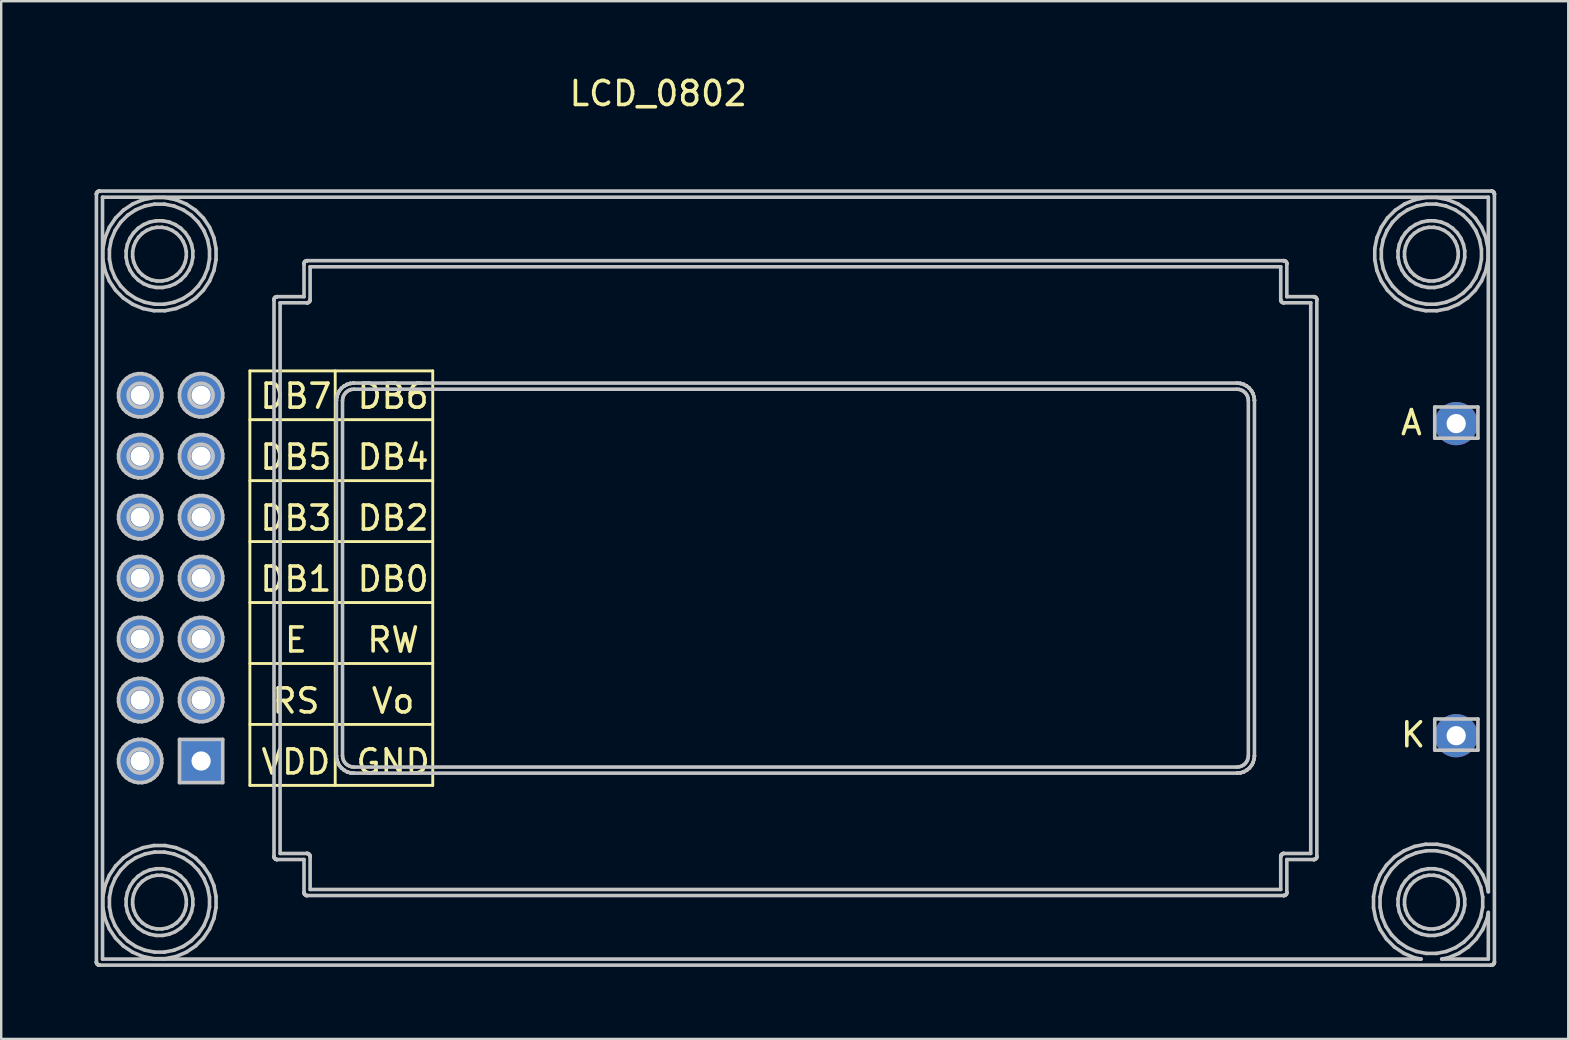
<source format=kicad_pcb>
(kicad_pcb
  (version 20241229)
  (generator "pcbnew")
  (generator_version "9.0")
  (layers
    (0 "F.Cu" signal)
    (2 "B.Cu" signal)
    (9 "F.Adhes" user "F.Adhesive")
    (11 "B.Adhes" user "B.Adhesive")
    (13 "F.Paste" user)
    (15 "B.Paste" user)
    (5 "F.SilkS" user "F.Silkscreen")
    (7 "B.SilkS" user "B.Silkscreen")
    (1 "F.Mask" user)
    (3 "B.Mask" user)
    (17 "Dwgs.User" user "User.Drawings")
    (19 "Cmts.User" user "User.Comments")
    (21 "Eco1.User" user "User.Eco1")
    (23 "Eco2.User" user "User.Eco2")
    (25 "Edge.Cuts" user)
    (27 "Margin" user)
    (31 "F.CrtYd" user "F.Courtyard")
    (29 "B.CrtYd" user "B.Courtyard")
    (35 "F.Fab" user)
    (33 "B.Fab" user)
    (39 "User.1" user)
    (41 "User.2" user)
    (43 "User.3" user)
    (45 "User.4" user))
  (footprint "LCD_0802"
    (layer "F.Cu")
    (at 0.25 5.801)
    (property "Reference" "LCD_0802" (at 24.13 -4.953 0) (layer "F.SilkS") (effects (font (size 1 1) (thickness 0.15))))
    (attr through_hole)
    (fp_line (start 7.112 6.604) (end 14.732 6.604) (stroke (width 0.12) (type solid)) (layer "F.SilkS"))
    (fp_line (start 7.112 23.876) (end 7.112 6.604) (stroke (width 0.12) (type solid)) (layer "F.SilkS"))
    (fp_line (start 10.668 23.876) (end 10.668 6.604) (stroke (width 0.12) (type solid)) (layer "F.SilkS"))
    (fp_line (start 14.732 6.604) (end 14.732 23.876) (stroke (width 0.12) (type solid)) (layer "F.SilkS"))
    (fp_line (start 14.732 8.636) (end 7.112 8.636) (stroke (width 0.12) (type solid)) (layer "F.SilkS"))
    (fp_line (start 14.732 11.176) (end 7.112 11.176) (stroke (width 0.12) (type solid)) (layer "F.SilkS"))
    (fp_line (start 14.732 13.716) (end 7.112 13.716) (stroke (width 0.12) (type solid)) (layer "F.SilkS"))
    (fp_line (start 14.732 16.256) (end 7.112 16.256) (stroke (width 0.12) (type solid)) (layer "F.SilkS"))
    (fp_line (start 14.732 18.796) (end 7.112 18.796) (stroke (width 0.12) (type solid)) (layer "F.SilkS"))
    (fp_line (start 14.732 21.336) (end 7.112 21.336) (stroke (width 0.12) (type solid)) (layer "F.SilkS"))
    (fp_line (start 14.732 23.876) (end 7.112 23.876) (stroke (width 0.12) (type solid)) (layer "F.SilkS"))
    (fp_line (start 0.717 -0.761) (end 0.72 -0.786) (stroke (width 0.15) (type solid)) (layer "Dwgs.User"))
    (fp_line (start 0.717 31.239) (end 0.718 31.233) (stroke (width 0.15) (type solid)) (layer "Dwgs.User"))
    (fp_line (start 0.718 -0.755) (end 0.717 -0.761) (stroke (width 0.15) (type solid)) (layer "Dwgs.User"))
    (fp_line (start 0.718 31.233) (end 0.718 -0.755) (stroke (width 0.15) (type solid)) (layer "Dwgs.User"))
    (fp_line (start 0.72 -0.786) (end 0.727 -0.81) (stroke (width 0.15) (type solid)) (layer "Dwgs.User"))
    (fp_line (start 0.72 31.264) (end 0.717 31.239) (stroke (width 0.15) (type solid)) (layer "Dwgs.User"))
    (fp_line (start 0.727 -0.81) (end 0.739 -0.832) (stroke (width 0.15) (type solid)) (layer "Dwgs.User"))
    (fp_line (start 0.727 31.288) (end 0.72 31.264) (stroke (width 0.15) (type solid)) (layer "Dwgs.User"))
    (fp_line (start 0.739 -0.832) (end 0.755 -0.851) (stroke (width 0.15) (type solid)) (layer "Dwgs.User"))
    (fp_line (start 0.739 31.31) (end 0.727 31.288) (stroke (width 0.15) (type solid)) (layer "Dwgs.User"))
    (fp_line (start 0.755 -0.851) (end 0.774 -0.867) (stroke (width 0.15) (type solid)) (layer "Dwgs.User"))
    (fp_line (start 0.755 31.329) (end 0.739 31.31) (stroke (width 0.15) (type solid)) (layer "Dwgs.User"))
    (fp_line (start 0.774 -0.867) (end 0.796 -0.879) (stroke (width 0.15) (type solid)) (layer "Dwgs.User"))
    (fp_line (start 0.774 31.345) (end 0.755 31.329) (stroke (width 0.15) (type solid)) (layer "Dwgs.User"))
    (fp_line (start 0.796 -0.879) (end 0.82 -0.886) (stroke (width 0.15) (type solid)) (layer "Dwgs.User"))
    (fp_line (start 0.796 31.357) (end 0.774 31.345) (stroke (width 0.15) (type solid)) (layer "Dwgs.User"))
    (fp_line (start 0.82 -0.886) (end 0.839 -0.888) (stroke (width 0.15) (type solid)) (layer "Dwgs.User"))
    (fp_line (start 0.82 31.364) (end 0.796 31.357) (stroke (width 0.15) (type solid)) (layer "Dwgs.User"))
    (fp_line (start 0.839 -0.888) (end 0.845 -0.889) (stroke (width 0.15) (type solid)) (layer "Dwgs.User"))
    (fp_line (start 0.839 31.366) (end 0.82 31.364) (stroke (width 0.15) (type solid)) (layer "Dwgs.User"))
    (fp_line (start 0.845 -0.889) (end 0.851 -0.888) (stroke (width 0.15) (type solid)) (layer "Dwgs.User"))
    (fp_line (start 0.845 31.367) (end 0.839 31.366) (stroke (width 0.15) (type solid)) (layer "Dwgs.User"))
    (fp_line (start 0.851 -0.888) (end 58.839 -0.888) (stroke (width 0.15) (type solid)) (layer "Dwgs.User"))
    (fp_line (start 0.851 31.366) (end 0.845 31.367) (stroke (width 0.15) (type solid)) (layer "Dwgs.User"))
    (fp_line (start 0.972 -0.634) (end 0.972 31.112) (stroke (width 0.15) (type solid)) (layer "Dwgs.User"))
    (fp_line (start 0.972 31.112) (end 55.915 31.112) (stroke (width 0.15) (type solid)) (layer "Dwgs.User"))
    (fp_line (start 0.987 1.507) (end 1.078 1.051) (stroke (width 0.15) (type solid)) (layer "Dwgs.User"))
    (fp_line (start 0.987 1.971) (end 0.987 1.507) (stroke (width 0.15) (type solid)) (layer "Dwgs.User"))
    (fp_line (start 0.987 28.507) (end 1.078 28.051) (stroke (width 0.15) (type solid)) (layer "Dwgs.User"))
    (fp_line (start 0.987 28.971) (end 0.987 28.507) (stroke (width 0.15) (type solid)) (layer "Dwgs.User"))
    (fp_line (start 1.078 1.051) (end 1.256 0.622) (stroke (width 0.15) (type solid)) (layer "Dwgs.User"))
    (fp_line (start 1.078 2.427) (end 0.987 1.971) (stroke (width 0.15) (type solid)) (layer "Dwgs.User"))
    (fp_line (start 1.078 28.051) (end 1.256 27.622) (stroke (width 0.15) (type solid)) (layer "Dwgs.User"))
    (fp_line (start 1.078 29.427) (end 0.987 28.971) (stroke (width 0.15) (type solid)) (layer "Dwgs.User"))
    (fp_line (start 1.256 0.622) (end 1.514 0.236) (stroke (width 0.15) (type solid)) (layer "Dwgs.User"))
    (fp_line (start 1.256 2.856) (end 1.078 2.427) (stroke (width 0.15) (type solid)) (layer "Dwgs.User"))
    (fp_line (start 1.256 27.622) (end 1.514 27.236) (stroke (width 0.15) (type solid)) (layer "Dwgs.User"))
    (fp_line (start 1.256 29.856) (end 1.078 29.427) (stroke (width 0.15) (type solid)) (layer "Dwgs.User"))
    (fp_line (start 1.26 1.534) (end 1.26 1.944) (stroke (width 0.15) (type solid)) (layer "Dwgs.User"))
    (fp_line (start 1.26 1.944) (end 1.34 2.347) (stroke (width 0.15) (type solid)) (layer "Dwgs.User"))
    (fp_line (start 1.26 28.534) (end 1.26 28.944) (stroke (width 0.15) (type solid)) (layer "Dwgs.User"))
    (fp_line (start 1.26 28.944) (end 1.34 29.347) (stroke (width 0.15) (type solid)) (layer "Dwgs.User"))
    (fp_line (start 1.34 1.131) (end 1.26 1.534) (stroke (width 0.15) (type solid)) (layer "Dwgs.User"))
    (fp_line (start 1.34 2.347) (end 1.497 2.727) (stroke (width 0.15) (type solid)) (layer "Dwgs.User"))
    (fp_line (start 1.34 28.131) (end 1.26 28.534) (stroke (width 0.15) (type solid)) (layer "Dwgs.User"))
    (fp_line (start 1.34 29.347) (end 1.497 29.727) (stroke (width 0.15) (type solid)) (layer "Dwgs.User"))
    (fp_line (start 1.497 0.751) (end 1.34 1.131) (stroke (width 0.15) (type solid)) (layer "Dwgs.User"))
    (fp_line (start 1.497 2.727) (end 1.726 3.068) (stroke (width 0.15) (type solid)) (layer "Dwgs.User"))
    (fp_line (start 1.497 27.751) (end 1.34 28.131) (stroke (width 0.15) (type solid)) (layer "Dwgs.User"))
    (fp_line (start 1.497 29.727) (end 1.726 30.068) (stroke (width 0.15) (type solid)) (layer "Dwgs.User"))
    (fp_line (start 1.514 0.236) (end 1.842 -0.092) (stroke (width 0.15) (type solid)) (layer "Dwgs.User"))
    (fp_line (start 1.514 3.242) (end 1.256 2.856) (stroke (width 0.15) (type solid)) (layer "Dwgs.User"))
    (fp_line (start 1.514 27.236) (end 1.842 26.908) (stroke (width 0.15) (type solid)) (layer "Dwgs.User"))
    (fp_line (start 1.514 30.242) (end 1.256 29.856) (stroke (width 0.15) (type solid)) (layer "Dwgs.User"))
    (fp_line (start 1.64 7.531) (end 1.675 7.357) (stroke (width 0.15) (type solid)) (layer "Dwgs.User"))
    (fp_line (start 1.64 7.709) (end 1.64 7.531) (stroke (width 0.15) (type solid)) (layer "Dwgs.User"))
    (fp_line (start 1.64 10.071) (end 1.675 9.897) (stroke (width 0.15) (type solid)) (layer "Dwgs.User"))
    (fp_line (start 1.64 10.249) (end 1.64 10.071) (stroke (width 0.15) (type solid)) (layer "Dwgs.User"))
    (fp_line (start 1.64 12.611) (end 1.675 12.438) (stroke (width 0.15) (type solid)) (layer "Dwgs.User"))
    (fp_line (start 1.64 12.789) (end 1.64 12.611) (stroke (width 0.15) (type solid)) (layer "Dwgs.User"))
    (fp_line (start 1.64 15.151) (end 1.675 14.977) (stroke (width 0.15) (type solid)) (layer "Dwgs.User"))
    (fp_line (start 1.64 15.329) (end 1.64 15.151) (stroke (width 0.15) (type solid)) (layer "Dwgs.User"))
    (fp_line (start 1.64 17.691) (end 1.675 17.517) (stroke (width 0.15) (type solid)) (layer "Dwgs.User"))
    (fp_line (start 1.64 17.869) (end 1.64 17.691) (stroke (width 0.15) (type solid)) (layer "Dwgs.User"))
    (fp_line (start 1.64 20.231) (end 1.675 20.058) (stroke (width 0.15) (type solid)) (layer "Dwgs.User"))
    (fp_line (start 1.64 20.409) (end 1.64 20.231) (stroke (width 0.15) (type solid)) (layer "Dwgs.User"))
    (fp_line (start 1.64 22.771) (end 1.675 22.598) (stroke (width 0.15) (type solid)) (layer "Dwgs.User"))
    (fp_line (start 1.64 22.949) (end 1.64 22.771) (stroke (width 0.15) (type solid)) (layer "Dwgs.User"))
    (fp_line (start 1.675 7.357) (end 1.742 7.194) (stroke (width 0.15) (type solid)) (layer "Dwgs.User"))
    (fp_line (start 1.675 7.883) (end 1.64 7.709) (stroke (width 0.15) (type solid)) (layer "Dwgs.User"))
    (fp_line (start 1.675 9.897) (end 1.742 9.734) (stroke (width 0.15) (type solid)) (layer "Dwgs.User"))
    (fp_line (start 1.675 10.422) (end 1.64 10.249) (stroke (width 0.15) (type solid)) (layer "Dwgs.User"))
    (fp_line (start 1.675 12.438) (end 1.742 12.274) (stroke (width 0.15) (type solid)) (layer "Dwgs.User"))
    (fp_line (start 1.675 12.963) (end 1.64 12.789) (stroke (width 0.15) (type solid)) (layer "Dwgs.User"))
    (fp_line (start 1.675 14.977) (end 1.742 14.814) (stroke (width 0.15) (type solid)) (layer "Dwgs.User"))
    (fp_line (start 1.675 15.502) (end 1.64 15.329) (stroke (width 0.15) (type solid)) (layer "Dwgs.User"))
    (fp_line (start 1.675 17.517) (end 1.742 17.354) (stroke (width 0.15) (type solid)) (layer "Dwgs.User"))
    (fp_line (start 1.675 18.043) (end 1.64 17.869) (stroke (width 0.15) (type solid)) (layer "Dwgs.User"))
    (fp_line (start 1.675 20.058) (end 1.742 19.894) (stroke (width 0.15) (type solid)) (layer "Dwgs.User"))
    (fp_line (start 1.675 20.582) (end 1.64 20.409) (stroke (width 0.15) (type solid)) (layer "Dwgs.User"))
    (fp_line (start 1.675 22.598) (end 1.742 22.434) (stroke (width 0.15) (type solid)) (layer "Dwgs.User"))
    (fp_line (start 1.675 23.122) (end 1.64 22.949) (stroke (width 0.15) (type solid)) (layer "Dwgs.User"))
    (fp_line (start 1.726 0.41) (end 1.497 0.751) (stroke (width 0.15) (type solid)) (layer "Dwgs.User"))
    (fp_line (start 1.726 3.068) (end 2.016 3.358) (stroke (width 0.15) (type solid)) (layer "Dwgs.User"))
    (fp_line (start 1.726 27.41) (end 1.497 27.751) (stroke (width 0.15) (type solid)) (layer "Dwgs.User"))
    (fp_line (start 1.726 30.068) (end 2.016 30.358) (stroke (width 0.15) (type solid)) (layer "Dwgs.User"))
    (fp_line (start 1.742 7.194) (end 1.841 7.046) (stroke (width 0.15) (type solid)) (layer "Dwgs.User"))
    (fp_line (start 1.742 8.046) (end 1.675 7.883) (stroke (width 0.15) (type solid)) (layer "Dwgs.User"))
    (fp_line (start 1.742 9.734) (end 1.841 9.586) (stroke (width 0.15) (type solid)) (layer "Dwgs.User"))
    (fp_line (start 1.742 10.586) (end 1.675 10.422) (stroke (width 0.15) (type solid)) (layer "Dwgs.User"))
    (fp_line (start 1.742 12.274) (end 1.841 12.126) (stroke (width 0.15) (type solid)) (layer "Dwgs.User"))
    (fp_line (start 1.742 13.126) (end 1.675 12.963) (stroke (width 0.15) (type solid)) (layer "Dwgs.User"))
    (fp_line (start 1.742 14.814) (end 1.841 14.666) (stroke (width 0.15) (type solid)) (layer "Dwgs.User"))
    (fp_line (start 1.742 15.666) (end 1.675 15.502) (stroke (width 0.15) (type solid)) (layer "Dwgs.User"))
    (fp_line (start 1.742 17.354) (end 1.841 17.206) (stroke (width 0.15) (type solid)) (layer "Dwgs.User"))
    (fp_line (start 1.742 18.206) (end 1.675 18.043) (stroke (width 0.15) (type solid)) (layer "Dwgs.User"))
    (fp_line (start 1.742 19.894) (end 1.841 19.746) (stroke (width 0.15) (type solid)) (layer "Dwgs.User"))
    (fp_line (start 1.742 20.746) (end 1.675 20.582) (stroke (width 0.15) (type solid)) (layer "Dwgs.User"))
    (fp_line (start 1.742 22.434) (end 1.841 22.286) (stroke (width 0.15) (type solid)) (layer "Dwgs.User"))
    (fp_line (start 1.742 23.286) (end 1.675 23.122) (stroke (width 0.15) (type solid)) (layer "Dwgs.User"))
    (fp_line (start 1.841 7.046) (end 1.966 6.921) (stroke (width 0.15) (type solid)) (layer "Dwgs.User"))
    (fp_line (start 1.841 8.194) (end 1.742 8.046) (stroke (width 0.15) (type solid)) (layer "Dwgs.User"))
    (fp_line (start 1.841 9.586) (end 1.966 9.461) (stroke (width 0.15) (type solid)) (layer "Dwgs.User"))
    (fp_line (start 1.841 10.734) (end 1.742 10.586) (stroke (width 0.15) (type solid)) (layer "Dwgs.User"))
    (fp_line (start 1.841 12.126) (end 1.966 12.001) (stroke (width 0.15) (type solid)) (layer "Dwgs.User"))
    (fp_line (start 1.841 13.274) (end 1.742 13.126) (stroke (width 0.15) (type solid)) (layer "Dwgs.User"))
    (fp_line (start 1.841 14.666) (end 1.966 14.541) (stroke (width 0.15) (type solid)) (layer "Dwgs.User"))
    (fp_line (start 1.841 15.814) (end 1.742 15.666) (stroke (width 0.15) (type solid)) (layer "Dwgs.User"))
    (fp_line (start 1.841 17.206) (end 1.966 17.081) (stroke (width 0.15) (type solid)) (layer "Dwgs.User"))
    (fp_line (start 1.841 18.354) (end 1.742 18.206) (stroke (width 0.15) (type solid)) (layer "Dwgs.User"))
    (fp_line (start 1.841 19.746) (end 1.966 19.621) (stroke (width 0.15) (type solid)) (layer "Dwgs.User"))
    (fp_line (start 1.841 20.894) (end 1.742 20.746) (stroke (width 0.15) (type solid)) (layer "Dwgs.User"))
    (fp_line (start 1.841 22.286) (end 1.966 22.161) (stroke (width 0.15) (type solid)) (layer "Dwgs.User"))
    (fp_line (start 1.841 23.434) (end 1.742 23.286) (stroke (width 0.15) (type solid)) (layer "Dwgs.User"))
    (fp_line (start 1.842 -0.092) (end 2.228 -0.35) (stroke (width 0.15) (type solid)) (layer "Dwgs.User"))
    (fp_line (start 1.842 3.57) (end 1.514 3.242) (stroke (width 0.15) (type solid)) (layer "Dwgs.User"))
    (fp_line (start 1.842 26.908) (end 2.228 26.65) (stroke (width 0.15) (type solid)) (layer "Dwgs.User"))
    (fp_line (start 1.842 30.57) (end 1.514 30.242) (stroke (width 0.15) (type solid)) (layer "Dwgs.User"))
    (fp_line (start 1.955 1.602) (end 2.008 1.333) (stroke (width 0.15) (type solid)) (layer "Dwgs.User"))
    (fp_line (start 1.955 1.876) (end 1.955 1.602) (stroke (width 0.15) (type solid)) (layer "Dwgs.User"))
    (fp_line (start 1.955 28.602) (end 2.008 28.334) (stroke (width 0.15) (type solid)) (layer "Dwgs.User"))
    (fp_line (start 1.955 28.876) (end 1.955 28.602) (stroke (width 0.15) (type solid)) (layer "Dwgs.User"))
    (fp_line (start 1.966 6.921) (end 2.114 6.822) (stroke (width 0.15) (type solid)) (layer "Dwgs.User"))
    (fp_line (start 1.966 8.319) (end 1.841 8.194) (stroke (width 0.15) (type solid)) (layer "Dwgs.User"))
    (fp_line (start 1.966 9.461) (end 2.114 9.362) (stroke (width 0.15) (type solid)) (layer "Dwgs.User"))
    (fp_line (start 1.966 10.859) (end 1.841 10.734) (stroke (width 0.15) (type solid)) (layer "Dwgs.User"))
    (fp_line (start 1.966 12.001) (end 2.114 11.902) (stroke (width 0.15) (type solid)) (layer "Dwgs.User"))
    (fp_line (start 1.966 13.399) (end 1.841 13.274) (stroke (width 0.15) (type solid)) (layer "Dwgs.User"))
    (fp_line (start 1.966 14.541) (end 2.114 14.442) (stroke (width 0.15) (type solid)) (layer "Dwgs.User"))
    (fp_line (start 1.966 15.939) (end 1.841 15.814) (stroke (width 0.15) (type solid)) (layer "Dwgs.User"))
    (fp_line (start 1.966 17.081) (end 2.114 16.982) (stroke (width 0.15) (type solid)) (layer "Dwgs.User"))
    (fp_line (start 1.966 18.479) (end 1.841 18.354) (stroke (width 0.15) (type solid)) (layer "Dwgs.User"))
    (fp_line (start 1.966 19.621) (end 2.114 19.522) (stroke (width 0.15) (type solid)) (layer "Dwgs.User"))
    (fp_line (start 1.966 21.019) (end 1.841 20.894) (stroke (width 0.15) (type solid)) (layer "Dwgs.User"))
    (fp_line (start 1.966 22.161) (end 2.114 22.062) (stroke (width 0.15) (type solid)) (layer "Dwgs.User"))
    (fp_line (start 1.966 23.559) (end 1.841 23.434) (stroke (width 0.15) (type solid)) (layer "Dwgs.User"))
    (fp_line (start 2.008 1.333) (end 2.113 1.08) (stroke (width 0.15) (type solid)) (layer "Dwgs.User"))
    (fp_line (start 2.008 2.145) (end 1.955 1.876) (stroke (width 0.15) (type solid)) (layer "Dwgs.User"))
    (fp_line (start 2.008 28.334) (end 2.113 28.081) (stroke (width 0.15) (type solid)) (layer "Dwgs.User"))
    (fp_line (start 2.008 29.145) (end 1.955 28.876) (stroke (width 0.15) (type solid)) (layer "Dwgs.User"))
    (fp_line (start 2.016 0.12) (end 1.726 0.41) (stroke (width 0.15) (type solid)) (layer "Dwgs.User"))
    (fp_line (start 2.016 3.358) (end 2.357 3.587) (stroke (width 0.15) (type solid)) (layer "Dwgs.User"))
    (fp_line (start 2.016 27.119) (end 1.726 27.41) (stroke (width 0.15) (type solid)) (layer "Dwgs.User"))
    (fp_line (start 2.016 30.358) (end 2.357 30.587) (stroke (width 0.15) (type solid)) (layer "Dwgs.User"))
    (fp_line (start 2.113 1.08) (end 2.265 0.853) (stroke (width 0.15) (type solid)) (layer "Dwgs.User"))
    (fp_line (start 2.113 2.398) (end 2.008 2.145) (stroke (width 0.15) (type solid)) (layer "Dwgs.User"))
    (fp_line (start 2.113 28.081) (end 2.265 27.853) (stroke (width 0.15) (type solid)) (layer "Dwgs.User"))
    (fp_line (start 2.113 29.398) (end 2.008 29.145) (stroke (width 0.15) (type solid)) (layer "Dwgs.User"))
    (fp_line (start 2.114 6.822) (end 2.277 6.755) (stroke (width 0.15) (type solid)) (layer "Dwgs.User"))
    (fp_line (start 2.114 8.418) (end 1.966 8.319) (stroke (width 0.15) (type solid)) (layer "Dwgs.User"))
    (fp_line (start 2.114 9.362) (end 2.277 9.295) (stroke (width 0.15) (type solid)) (layer "Dwgs.User"))
    (fp_line (start 2.114 10.958) (end 1.966 10.859) (stroke (width 0.15) (type solid)) (layer "Dwgs.User"))
    (fp_line (start 2.114 11.902) (end 2.277 11.835) (stroke (width 0.15) (type solid)) (layer "Dwgs.User"))
    (fp_line (start 2.114 13.498) (end 1.966 13.399) (stroke (width 0.15) (type solid)) (layer "Dwgs.User"))
    (fp_line (start 2.114 14.442) (end 2.277 14.375) (stroke (width 0.15) (type solid)) (layer "Dwgs.User"))
    (fp_line (start 2.114 16.038) (end 1.966 15.939) (stroke (width 0.15) (type solid)) (layer "Dwgs.User"))
    (fp_line (start 2.114 16.982) (end 2.277 16.915) (stroke (width 0.15) (type solid)) (layer "Dwgs.User"))
    (fp_line (start 2.114 18.578) (end 1.966 18.479) (stroke (width 0.15) (type solid)) (layer "Dwgs.User"))
    (fp_line (start 2.114 19.522) (end 2.277 19.455) (stroke (width 0.15) (type solid)) (layer "Dwgs.User"))
    (fp_line (start 2.114 21.118) (end 1.966 21.019) (stroke (width 0.15) (type solid)) (layer "Dwgs.User"))
    (fp_line (start 2.114 22.062) (end 2.277 21.995) (stroke (width 0.15) (type solid)) (layer "Dwgs.User"))
    (fp_line (start 2.114 23.658) (end 1.966 23.559) (stroke (width 0.15) (type solid)) (layer "Dwgs.User"))
    (fp_line (start 2.227 1.629) (end 2.227 1.849) (stroke (width 0.15) (type solid)) (layer "Dwgs.User"))
    (fp_line (start 2.227 1.849) (end 2.27 2.065) (stroke (width 0.15) (type solid)) (layer "Dwgs.User"))
    (fp_line (start 2.227 28.629) (end 2.227 28.849) (stroke (width 0.15) (type solid)) (layer "Dwgs.User"))
    (fp_line (start 2.227 28.849) (end 2.27 29.065) (stroke (width 0.15) (type solid)) (layer "Dwgs.User"))
    (fp_line (start 2.228 -0.35) (end 2.657 -0.528) (stroke (width 0.15) (type solid)) (layer "Dwgs.User"))
    (fp_line (start 2.228 3.828) (end 1.842 3.57) (stroke (width 0.15) (type solid)) (layer "Dwgs.User"))
    (fp_line (start 2.228 26.65) (end 2.657 26.472) (stroke (width 0.15) (type solid)) (layer "Dwgs.User"))
    (fp_line (start 2.228 30.828) (end 1.842 30.57) (stroke (width 0.15) (type solid)) (layer "Dwgs.User"))
    (fp_line (start 2.265 0.853) (end 2.459 0.659) (stroke (width 0.15) (type solid)) (layer "Dwgs.User"))
    (fp_line (start 2.265 2.625) (end 2.113 2.398) (stroke (width 0.15) (type solid)) (layer "Dwgs.User"))
    (fp_line (start 2.265 27.853) (end 2.459 27.659) (stroke (width 0.15) (type solid)) (layer "Dwgs.User"))
    (fp_line (start 2.265 29.625) (end 2.113 29.398) (stroke (width 0.15) (type solid)) (layer "Dwgs.User"))
    (fp_line (start 2.27 1.413) (end 2.227 1.629) (stroke (width 0.15) (type solid)) (layer "Dwgs.User"))
    (fp_line (start 2.27 2.065) (end 2.355 2.268) (stroke (width 0.15) (type solid)) (layer "Dwgs.User"))
    (fp_line (start 2.27 28.413) (end 2.227 28.629) (stroke (width 0.15) (type solid)) (layer "Dwgs.User"))
    (fp_line (start 2.27 29.065) (end 2.355 29.268) (stroke (width 0.15) (type solid)) (layer "Dwgs.User"))
    (fp_line (start 2.277 6.755) (end 2.451 6.72) (stroke (width 0.15) (type solid)) (layer "Dwgs.User"))
    (fp_line (start 2.277 8.485) (end 2.114 8.418) (stroke (width 0.15) (type solid)) (layer "Dwgs.User"))
    (fp_line (start 2.277 9.295) (end 2.451 9.26) (stroke (width 0.15) (type solid)) (layer "Dwgs.User"))
    (fp_line (start 2.277 11.025) (end 2.114 10.958) (stroke (width 0.15) (type solid)) (layer "Dwgs.User"))
    (fp_line (start 2.277 11.835) (end 2.451 11.8) (stroke (width 0.15) (type solid)) (layer "Dwgs.User"))
    (fp_line (start 2.277 13.565) (end 2.114 13.498) (stroke (width 0.15) (type solid)) (layer "Dwgs.User"))
    (fp_line (start 2.277 14.375) (end 2.451 14.34) (stroke (width 0.15) (type solid)) (layer "Dwgs.User"))
    (fp_line (start 2.277 16.105) (end 2.114 16.038) (stroke (width 0.15) (type solid)) (layer "Dwgs.User"))
    (fp_line (start 2.277 16.915) (end 2.451 16.88) (stroke (width 0.15) (type solid)) (layer "Dwgs.User"))
    (fp_line (start 2.277 18.645) (end 2.114 18.578) (stroke (width 0.15) (type solid)) (layer "Dwgs.User"))
    (fp_line (start 2.277 19.455) (end 2.451 19.42) (stroke (width 0.15) (type solid)) (layer "Dwgs.User"))
    (fp_line (start 2.277 21.185) (end 2.114 21.118) (stroke (width 0.15) (type solid)) (layer "Dwgs.User"))
    (fp_line (start 2.277 21.995) (end 2.451 21.96) (stroke (width 0.15) (type solid)) (layer "Dwgs.User"))
    (fp_line (start 2.277 23.725) (end 2.114 23.658) (stroke (width 0.15) (type solid)) (layer "Dwgs.User"))
    (fp_line (start 2.355 1.21) (end 2.27 1.413) (stroke (width 0.15) (type solid)) (layer "Dwgs.User"))
    (fp_line (start 2.355 2.268) (end 2.477 2.451) (stroke (width 0.15) (type solid)) (layer "Dwgs.User"))
    (fp_line (start 2.355 28.21) (end 2.27 28.413) (stroke (width 0.15) (type solid)) (layer "Dwgs.User"))
    (fp_line (start 2.355 29.268) (end 2.477 29.451) (stroke (width 0.15) (type solid)) (layer "Dwgs.User"))
    (fp_line (start 2.357 -0.109) (end 2.016 0.12) (stroke (width 0.15) (type solid)) (layer "Dwgs.User"))
    (fp_line (start 2.357 3.587) (end 2.737 3.744) (stroke (width 0.15) (type solid)) (layer "Dwgs.User"))
    (fp_line (start 2.357 26.891) (end 2.016 27.119) (stroke (width 0.15) (type solid)) (layer "Dwgs.User"))
    (fp_line (start 2.357 30.587) (end 2.737 30.744) (stroke (width 0.15) (type solid)) (layer "Dwgs.User"))
    (fp_line (start 2.451 6.72) (end 2.629 6.72) (stroke (width 0.15) (type solid)) (layer "Dwgs.User"))
    (fp_line (start 2.451 8.52) (end 2.277 8.485) (stroke (width 0.15) (type solid)) (layer "Dwgs.User"))
    (fp_line (start 2.451 9.26) (end 2.629 9.26) (stroke (width 0.15) (type solid)) (layer "Dwgs.User"))
    (fp_line (start 2.451 11.06) (end 2.277 11.025) (stroke (width 0.15) (type solid)) (layer "Dwgs.User"))
    (fp_line (start 2.451 11.8) (end 2.629 11.8) (stroke (width 0.15) (type solid)) (layer "Dwgs.User"))
    (fp_line (start 2.451 13.6) (end 2.277 13.565) (stroke (width 0.15) (type solid)) (layer "Dwgs.User"))
    (fp_line (start 2.451 14.34) (end 2.629 14.34) (stroke (width 0.15) (type solid)) (layer "Dwgs.User"))
    (fp_line (start 2.451 16.14) (end 2.277 16.105) (stroke (width 0.15) (type solid)) (layer "Dwgs.User"))
    (fp_line (start 2.451 16.88) (end 2.629 16.88) (stroke (width 0.15) (type solid)) (layer "Dwgs.User"))
    (fp_line (start 2.451 18.68) (end 2.277 18.645) (stroke (width 0.15) (type solid)) (layer "Dwgs.User"))
    (fp_line (start 2.451 19.42) (end 2.629 19.42) (stroke (width 0.15) (type solid)) (layer "Dwgs.User"))
    (fp_line (start 2.451 21.22) (end 2.277 21.185) (stroke (width 0.15) (type solid)) (layer "Dwgs.User"))
    (fp_line (start 2.451 21.96) (end 2.629 21.96) (stroke (width 0.15) (type solid)) (layer "Dwgs.User"))
    (fp_line (start 2.451 23.76) (end 2.277 23.725) (stroke (width 0.15) (type solid)) (layer "Dwgs.User"))
    (fp_line (start 2.459 0.659) (end 2.686 0.507) (stroke (width 0.15) (type solid)) (layer "Dwgs.User"))
    (fp_line (start 2.459 2.819) (end 2.265 2.625) (stroke (width 0.15) (type solid)) (layer "Dwgs.User"))
    (fp_line (start 2.459 27.659) (end 2.686 27.507) (stroke (width 0.15) (type solid)) (layer "Dwgs.User"))
    (fp_line (start 2.459 29.819) (end 2.265 29.625) (stroke (width 0.15) (type solid)) (layer "Dwgs.User"))
    (fp_line (start 2.477 1.027) (end 2.355 1.21) (stroke (width 0.15) (type solid)) (layer "Dwgs.User"))
    (fp_line (start 2.477 2.451) (end 2.633 2.607) (stroke (width 0.15) (type solid)) (layer "Dwgs.User"))
    (fp_line (start 2.477 28.027) (end 2.355 28.21) (stroke (width 0.15) (type solid)) (layer "Dwgs.User"))
    (fp_line (start 2.477 29.451) (end 2.633 29.607) (stroke (width 0.15) (type solid)) (layer "Dwgs.User"))
    (fp_line (start 2.629 6.72) (end 2.803 6.755) (stroke (width 0.15) (type solid)) (layer "Dwgs.User"))
    (fp_line (start 2.629 8.52) (end 2.451 8.52) (stroke (width 0.15) (type solid)) (layer "Dwgs.User"))
    (fp_line (start 2.629 9.26) (end 2.803 9.295) (stroke (width 0.15) (type solid)) (layer "Dwgs.User"))
    (fp_line (start 2.629 11.06) (end 2.451 11.06) (stroke (width 0.15) (type solid)) (layer "Dwgs.User"))
    (fp_line (start 2.629 11.8) (end 2.803 11.835) (stroke (width 0.15) (type solid)) (layer "Dwgs.User"))
    (fp_line (start 2.629 13.6) (end 2.451 13.6) (stroke (width 0.15) (type solid)) (layer "Dwgs.User"))
    (fp_line (start 2.629 14.34) (end 2.803 14.375) (stroke (width 0.15) (type solid)) (layer "Dwgs.User"))
    (fp_line (start 2.629 16.14) (end 2.451 16.14) (stroke (width 0.15) (type solid)) (layer "Dwgs.User"))
    (fp_line (start 2.629 16.88) (end 2.803 16.915) (stroke (width 0.15) (type solid)) (layer "Dwgs.User"))
    (fp_line (start 2.629 18.68) (end 2.451 18.68) (stroke (width 0.15) (type solid)) (layer "Dwgs.User"))
    (fp_line (start 2.629 19.42) (end 2.803 19.455) (stroke (width 0.15) (type solid)) (layer "Dwgs.User"))
    (fp_line (start 2.629 21.22) (end 2.451 21.22) (stroke (width 0.15) (type solid)) (layer "Dwgs.User"))
    (fp_line (start 2.629 21.96) (end 2.803 21.995) (stroke (width 0.15) (type solid)) (layer "Dwgs.User"))
    (fp_line (start 2.629 23.76) (end 2.451 23.76) (stroke (width 0.15) (type solid)) (layer "Dwgs.User"))
    (fp_line (start 2.633 0.871) (end 2.477 1.027) (stroke (width 0.15) (type solid)) (layer "Dwgs.User"))
    (fp_line (start 2.633 2.607) (end 2.816 2.729) (stroke (width 0.15) (type solid)) (layer "Dwgs.User"))
    (fp_line (start 2.633 27.871) (end 2.477 28.027) (stroke (width 0.15) (type solid)) (layer "Dwgs.User"))
    (fp_line (start 2.633 29.607) (end 2.816 29.729) (stroke (width 0.15) (type solid)) (layer "Dwgs.User"))
    (fp_line (start 2.657 -0.528) (end 3.113 -0.619) (stroke (width 0.15) (type solid)) (layer "Dwgs.User"))
    (fp_line (start 2.657 4.006) (end 2.228 3.828) (stroke (width 0.15) (type solid)) (layer "Dwgs.User"))
    (fp_line (start 2.657 26.472) (end 3.113 26.381) (stroke (width 0.15) (type solid)) (layer "Dwgs.User"))
    (fp_line (start 2.657 31.006) (end 2.228 30.828) (stroke (width 0.15) (type solid)) (layer "Dwgs.User"))
    (fp_line (start 2.686 0.507) (end 2.939 0.402) (stroke (width 0.15) (type solid)) (layer "Dwgs.User"))
    (fp_line (start 2.686 2.971) (end 2.459 2.819) (stroke (width 0.15) (type solid)) (layer "Dwgs.User"))
    (fp_line (start 2.686 27.507) (end 2.939 27.402) (stroke (width 0.15) (type solid)) (layer "Dwgs.User"))
    (fp_line (start 2.686 29.971) (end 2.459 29.819) (stroke (width 0.15) (type solid)) (layer "Dwgs.User"))
    (fp_line (start 2.737 -0.266) (end 2.357 -0.109) (stroke (width 0.15) (type solid)) (layer "Dwgs.User"))
    (fp_line (start 2.737 3.744) (end 3.14 3.824) (stroke (width 0.15) (type solid)) (layer "Dwgs.User"))
    (fp_line (start 2.737 26.734) (end 2.357 26.891) (stroke (width 0.15) (type solid)) (layer "Dwgs.User"))
    (fp_line (start 2.737 30.744) (end 3.14 30.824) (stroke (width 0.15) (type solid)) (layer "Dwgs.User"))
    (fp_line (start 2.803 6.755) (end 2.966 6.822) (stroke (width 0.15) (type solid)) (layer "Dwgs.User"))
    (fp_line (start 2.803 8.485) (end 2.629 8.52) (stroke (width 0.15) (type solid)) (layer "Dwgs.User"))
    (fp_line (start 2.803 9.295) (end 2.966 9.362) (stroke (width 0.15) (type solid)) (layer "Dwgs.User"))
    (fp_line (start 2.803 11.025) (end 2.629 11.06) (stroke (width 0.15) (type solid)) (layer "Dwgs.User"))
    (fp_line (start 2.803 11.835) (end 2.966 11.902) (stroke (width 0.15) (type solid)) (layer "Dwgs.User"))
    (fp_line (start 2.803 13.565) (end 2.629 13.6) (stroke (width 0.15) (type solid)) (layer "Dwgs.User"))
    (fp_line (start 2.803 14.375) (end 2.966 14.442) (stroke (width 0.15) (type solid)) (layer "Dwgs.User"))
    (fp_line (start 2.803 16.105) (end 2.629 16.14) (stroke (width 0.15) (type solid)) (layer "Dwgs.User"))
    (fp_line (start 2.803 16.915) (end 2.966 16.982) (stroke (width 0.15) (type solid)) (layer "Dwgs.User"))
    (fp_line (start 2.803 18.645) (end 2.629 18.68) (stroke (width 0.15) (type solid)) (layer "Dwgs.User"))
    (fp_line (start 2.803 19.455) (end 2.966 19.522) (stroke (width 0.15) (type solid)) (layer "Dwgs.User"))
    (fp_line (start 2.803 21.185) (end 2.629 21.22) (stroke (width 0.15) (type solid)) (layer "Dwgs.User"))
    (fp_line (start 2.803 21.995) (end 2.966 22.062) (stroke (width 0.15) (type solid)) (layer "Dwgs.User"))
    (fp_line (start 2.803 23.725) (end 2.629 23.76) (stroke (width 0.15) (type solid)) (layer "Dwgs.User"))
    (fp_line (start 2.816 0.749) (end 2.633 0.871) (stroke (width 0.15) (type solid)) (layer "Dwgs.User"))
    (fp_line (start 2.816 2.729) (end 3.019 2.814) (stroke (width 0.15) (type solid)) (layer "Dwgs.User"))
    (fp_line (start 2.816 27.749) (end 2.633 27.871) (stroke (width 0.15) (type solid)) (layer "Dwgs.User"))
    (fp_line (start 2.816 29.729) (end 3.019 29.814) (stroke (width 0.15) (type solid)) (layer "Dwgs.User"))
    (fp_line (start 2.939 0.402) (end 3.208 0.349) (stroke (width 0.15) (type solid)) (layer "Dwgs.User"))
    (fp_line (start 2.939 3.076) (end 2.686 2.971) (stroke (width 0.15) (type solid)) (layer "Dwgs.User"))
    (fp_line (start 2.939 27.402) (end 3.208 27.349) (stroke (width 0.15) (type solid)) (layer "Dwgs.User"))
    (fp_line (start 2.939 30.076) (end 2.686 29.971) (stroke (width 0.15) (type solid)) (layer "Dwgs.User"))
    (fp_line (start 2.966 6.822) (end 3.114 6.921) (stroke (width 0.15) (type solid)) (layer "Dwgs.User"))
    (fp_line (start 2.966 8.418) (end 2.803 8.485) (stroke (width 0.15) (type solid)) (layer "Dwgs.User"))
    (fp_line (start 2.966 9.362) (end 3.114 9.461) (stroke (width 0.15) (type solid)) (layer "Dwgs.User"))
    (fp_line (start 2.966 10.958) (end 2.803 11.025) (stroke (width 0.15) (type solid)) (layer "Dwgs.User"))
    (fp_line (start 2.966 11.902) (end 3.114 12.001) (stroke (width 0.15) (type solid)) (layer "Dwgs.User"))
    (fp_line (start 2.966 13.498) (end 2.803 13.565) (stroke (width 0.15) (type solid)) (layer "Dwgs.User"))
    (fp_line (start 2.966 14.442) (end 3.114 14.541) (stroke (width 0.15) (type solid)) (layer "Dwgs.User"))
    (fp_line (start 2.966 16.038) (end 2.803 16.105) (stroke (width 0.15) (type solid)) (layer "Dwgs.User"))
    (fp_line (start 2.966 16.982) (end 3.114 17.081) (stroke (width 0.15) (type solid)) (layer "Dwgs.User"))
    (fp_line (start 2.966 18.578) (end 2.803 18.645) (stroke (width 0.15) (type solid)) (layer "Dwgs.User"))
    (fp_line (start 2.966 19.522) (end 3.114 19.621) (stroke (width 0.15) (type solid)) (layer "Dwgs.User"))
    (fp_line (start 2.966 21.118) (end 2.803 21.185) (stroke (width 0.15) (type solid)) (layer "Dwgs.User"))
    (fp_line (start 2.966 22.062) (end 3.114 22.161) (stroke (width 0.15) (type solid)) (layer "Dwgs.User"))
    (fp_line (start 2.966 23.658) (end 2.803 23.725) (stroke (width 0.15) (type solid)) (layer "Dwgs.User"))
    (fp_line (start 3.019 0.664) (end 2.816 0.749) (stroke (width 0.15) (type solid)) (layer "Dwgs.User"))
    (fp_line (start 3.019 2.814) (end 3.235 2.857) (stroke (width 0.15) (type solid)) (layer "Dwgs.User"))
    (fp_line (start 3.019 27.664) (end 2.816 27.749) (stroke (width 0.15) (type solid)) (layer "Dwgs.User"))
    (fp_line (start 3.019 29.814) (end 3.235 29.857) (stroke (width 0.15) (type solid)) (layer "Dwgs.User"))
    (fp_line (start 3.113 -0.619) (end 3.577 -0.619) (stroke (width 0.15) (type solid)) (layer "Dwgs.User"))
    (fp_line (start 3.113 4.097) (end 2.657 4.006) (stroke (width 0.15) (type solid)) (layer "Dwgs.User"))
    (fp_line (start 3.113 26.381) (end 3.577 26.381) (stroke (width 0.15) (type solid)) (layer "Dwgs.User"))
    (fp_line (start 3.113 31.097) (end 2.657 31.006) (stroke (width 0.15) (type solid)) (layer "Dwgs.User"))
    (fp_line (start 3.114 6.921) (end 3.239 7.046) (stroke (width 0.15) (type solid)) (layer "Dwgs.User"))
    (fp_line (start 3.114 8.319) (end 2.966 8.418) (stroke (width 0.15) (type solid)) (layer "Dwgs.User"))
    (fp_line (start 3.114 9.461) (end 3.239 9.586) (stroke (width 0.15) (type solid)) (layer "Dwgs.User"))
    (fp_line (start 3.114 10.859) (end 2.966 10.958) (stroke (width 0.15) (type solid)) (layer "Dwgs.User"))
    (fp_line (start 3.114 12.001) (end 3.239 12.126) (stroke (width 0.15) (type solid)) (layer "Dwgs.User"))
    (fp_line (start 3.114 13.399) (end 2.966 13.498) (stroke (width 0.15) (type solid)) (layer "Dwgs.User"))
    (fp_line (start 3.114 14.541) (end 3.239 14.666) (stroke (width 0.15) (type solid)) (layer "Dwgs.User"))
    (fp_line (start 3.114 15.939) (end 2.966 16.038) (stroke (width 0.15) (type solid)) (layer "Dwgs.User"))
    (fp_line (start 3.114 17.081) (end 3.239 17.206) (stroke (width 0.15) (type solid)) (layer "Dwgs.User"))
    (fp_line (start 3.114 18.479) (end 2.966 18.578) (stroke (width 0.15) (type solid)) (layer "Dwgs.User"))
    (fp_line (start 3.114 19.621) (end 3.239 19.746) (stroke (width 0.15) (type solid)) (layer "Dwgs.User"))
    (fp_line (start 3.114 21.019) (end 2.966 21.118) (stroke (width 0.15) (type solid)) (layer "Dwgs.User"))
    (fp_line (start 3.114 22.161) (end 3.239 22.286) (stroke (width 0.15) (type solid)) (layer "Dwgs.User"))
    (fp_line (start 3.114 23.559) (end 2.966 23.658) (stroke (width 0.15) (type solid)) (layer "Dwgs.User"))
    (fp_line (start 3.14 -0.346) (end 2.737 -0.266) (stroke (width 0.15) (type solid)) (layer "Dwgs.User"))
    (fp_line (start 3.14 3.824) (end 3.55 3.824) (stroke (width 0.15) (type solid)) (layer "Dwgs.User"))
    (fp_line (start 3.14 26.654) (end 2.737 26.734) (stroke (width 0.15) (type solid)) (layer "Dwgs.User"))
    (fp_line (start 3.14 30.824) (end 3.55 30.824) (stroke (width 0.15) (type solid)) (layer "Dwgs.User"))
    (fp_line (start 3.208 0.349) (end 3.482 0.349) (stroke (width 0.15) (type solid)) (layer "Dwgs.User"))
    (fp_line (start 3.208 3.129) (end 2.939 3.076) (stroke (width 0.15) (type solid)) (layer "Dwgs.User"))
    (fp_line (start 3.208 27.349) (end 3.482 27.349) (stroke (width 0.15) (type solid)) (layer "Dwgs.User"))
    (fp_line (start 3.208 30.129) (end 2.939 30.076) (stroke (width 0.15) (type solid)) (layer "Dwgs.User"))
    (fp_line (start 3.235 0.621) (end 3.019 0.664) (stroke (width 0.15) (type solid)) (layer "Dwgs.User"))
    (fp_line (start 3.235 2.857) (end 3.455 2.857) (stroke (width 0.15) (type solid)) (layer "Dwgs.User"))
    (fp_line (start 3.235 27.621) (end 3.019 27.664) (stroke (width 0.15) (type solid)) (layer "Dwgs.User"))
    (fp_line (start 3.235 29.857) (end 3.455 29.857) (stroke (width 0.15) (type solid)) (layer "Dwgs.User"))
    (fp_line (start 3.239 7.046) (end 3.338 7.194) (stroke (width 0.15) (type solid)) (layer "Dwgs.User"))
    (fp_line (start 3.239 8.194) (end 3.114 8.319) (stroke (width 0.15) (type solid)) (layer "Dwgs.User"))
    (fp_line (start 3.239 9.586) (end 3.338 9.734) (stroke (width 0.15) (type solid)) (layer "Dwgs.User"))
    (fp_line (start 3.239 10.734) (end 3.114 10.859) (stroke (width 0.15) (type solid)) (layer "Dwgs.User"))
    (fp_line (start 3.239 12.126) (end 3.338 12.274) (stroke (width 0.15) (type solid)) (layer "Dwgs.User"))
    (fp_line (start 3.239 13.274) (end 3.114 13.399) (stroke (width 0.15) (type solid)) (layer "Dwgs.User"))
    (fp_line (start 3.239 14.666) (end 3.338 14.814) (stroke (width 0.15) (type solid)) (layer "Dwgs.User"))
    (fp_line (start 3.239 15.814) (end 3.114 15.939) (stroke (width 0.15) (type solid)) (layer "Dwgs.User"))
    (fp_line (start 3.239 17.206) (end 3.338 17.354) (stroke (width 0.15) (type solid)) (layer "Dwgs.User"))
    (fp_line (start 3.239 18.354) (end 3.114 18.479) (stroke (width 0.15) (type solid)) (layer "Dwgs.User"))
    (fp_line (start 3.239 19.746) (end 3.338 19.894) (stroke (width 0.15) (type solid)) (layer "Dwgs.User"))
    (fp_line (start 3.239 20.894) (end 3.114 21.019) (stroke (width 0.15) (type solid)) (layer "Dwgs.User"))
    (fp_line (start 3.239 22.286) (end 3.338 22.434) (stroke (width 0.15) (type solid)) (layer "Dwgs.User"))
    (fp_line (start 3.239 23.434) (end 3.114 23.559) (stroke (width 0.15) (type solid)) (layer "Dwgs.User"))
    (fp_line (start 3.338 7.194) (end 3.405 7.357) (stroke (width 0.15) (type solid)) (layer "Dwgs.User"))
    (fp_line (start 3.338 8.046) (end 3.239 8.194) (stroke (width 0.15) (type solid)) (layer "Dwgs.User"))
    (fp_line (start 3.338 9.734) (end 3.405 9.897) (stroke (width 0.15) (type solid)) (layer "Dwgs.User"))
    (fp_line (start 3.338 10.586) (end 3.239 10.734) (stroke (width 0.15) (type solid)) (layer "Dwgs.User"))
    (fp_line (start 3.338 12.274) (end 3.405 12.438) (stroke (width 0.15) (type solid)) (layer "Dwgs.User"))
    (fp_line (start 3.338 13.126) (end 3.239 13.274) (stroke (width 0.15) (type solid)) (layer "Dwgs.User"))
    (fp_line (start 3.338 14.814) (end 3.405 14.977) (stroke (width 0.15) (type solid)) (layer "Dwgs.User"))
    (fp_line (start 3.338 15.666) (end 3.239 15.814) (stroke (width 0.15) (type solid)) (layer "Dwgs.User"))
    (fp_line (start 3.338 17.354) (end 3.405 17.517) (stroke (width 0.15) (type solid)) (layer "Dwgs.User"))
    (fp_line (start 3.338 18.206) (end 3.239 18.354) (stroke (width 0.15) (type solid)) (layer "Dwgs.User"))
    (fp_line (start 3.338 19.894) (end 3.405 20.058) (stroke (width 0.15) (type solid)) (layer "Dwgs.User"))
    (fp_line (start 3.338 20.746) (end 3.239 20.894) (stroke (width 0.15) (type solid)) (layer "Dwgs.User"))
    (fp_line (start 3.338 22.434) (end 3.405 22.598) (stroke (width 0.15) (type solid)) (layer "Dwgs.User"))
    (fp_line (start 3.338 23.286) (end 3.239 23.434) (stroke (width 0.15) (type solid)) (layer "Dwgs.User"))
    (fp_line (start 3.405 7.357) (end 3.44 7.531) (stroke (width 0.15) (type solid)) (layer "Dwgs.User"))
    (fp_line (start 3.405 7.883) (end 3.338 8.046) (stroke (width 0.15) (type solid)) (layer "Dwgs.User"))
    (fp_line (start 3.405 9.897) (end 3.44 10.071) (stroke (width 0.15) (type solid)) (layer "Dwgs.User"))
    (fp_line (start 3.405 10.422) (end 3.338 10.586) (stroke (width 0.15) (type solid)) (layer "Dwgs.User"))
    (fp_line (start 3.405 12.438) (end 3.44 12.611) (stroke (width 0.15) (type solid)) (layer "Dwgs.User"))
    (fp_line (start 3.405 12.963) (end 3.338 13.126) (stroke (width 0.15) (type solid)) (layer "Dwgs.User"))
    (fp_line (start 3.405 14.977) (end 3.44 15.151) (stroke (width 0.15) (type solid)) (layer "Dwgs.User"))
    (fp_line (start 3.405 15.502) (end 3.338 15.666) (stroke (width 0.15) (type solid)) (layer "Dwgs.User"))
    (fp_line (start 3.405 17.517) (end 3.44 17.691) (stroke (width 0.15) (type solid)) (layer "Dwgs.User"))
    (fp_line (start 3.405 18.043) (end 3.338 18.206) (stroke (width 0.15) (type solid)) (layer "Dwgs.User"))
    (fp_line (start 3.405 20.058) (end 3.44 20.231) (stroke (width 0.15) (type solid)) (layer "Dwgs.User"))
    (fp_line (start 3.405 20.582) (end 3.338 20.746) (stroke (width 0.15) (type solid)) (layer "Dwgs.User"))
    (fp_line (start 3.405 22.598) (end 3.44 22.771) (stroke (width 0.15) (type solid)) (layer "Dwgs.User"))
    (fp_line (start 3.405 23.122) (end 3.338 23.286) (stroke (width 0.15) (type solid)) (layer "Dwgs.User"))
    (fp_line (start 3.44 7.531) (end 3.44 7.709) (stroke (width 0.15) (type solid)) (layer "Dwgs.User"))
    (fp_line (start 3.44 7.709) (end 3.405 7.883) (stroke (width 0.15) (type solid)) (layer "Dwgs.User"))
    (fp_line (start 3.44 10.071) (end 3.44 10.249) (stroke (width 0.15) (type solid)) (layer "Dwgs.User"))
    (fp_line (start 3.44 10.249) (end 3.405 10.422) (stroke (width 0.15) (type solid)) (layer "Dwgs.User"))
    (fp_line (start 3.44 12.611) (end 3.44 12.789) (stroke (width 0.15) (type solid)) (layer "Dwgs.User"))
    (fp_line (start 3.44 12.789) (end 3.405 12.963) (stroke (width 0.15) (type solid)) (layer "Dwgs.User"))
    (fp_line (start 3.44 15.151) (end 3.44 15.329) (stroke (width 0.15) (type solid)) (layer "Dwgs.User"))
    (fp_line (start 3.44 15.329) (end 3.405 15.502) (stroke (width 0.15) (type solid)) (layer "Dwgs.User"))
    (fp_line (start 3.44 17.691) (end 3.44 17.869) (stroke (width 0.15) (type solid)) (layer "Dwgs.User"))
    (fp_line (start 3.44 17.869) (end 3.405 18.043) (stroke (width 0.15) (type solid)) (layer "Dwgs.User"))
    (fp_line (start 3.44 20.231) (end 3.44 20.409) (stroke (width 0.15) (type solid)) (layer "Dwgs.User"))
    (fp_line (start 3.44 20.409) (end 3.405 20.582) (stroke (width 0.15) (type solid)) (layer "Dwgs.User"))
    (fp_line (start 3.44 22.771) (end 3.44 22.949) (stroke (width 0.15) (type solid)) (layer "Dwgs.User"))
    (fp_line (start 3.44 22.949) (end 3.405 23.122) (stroke (width 0.15) (type solid)) (layer "Dwgs.User"))
    (fp_line (start 3.455 0.621) (end 3.235 0.621) (stroke (width 0.15) (type solid)) (layer "Dwgs.User"))
    (fp_line (start 3.455 2.857) (end 3.671 2.814) (stroke (width 0.15) (type solid)) (layer "Dwgs.User"))
    (fp_line (start 3.455 27.621) (end 3.235 27.621) (stroke (width 0.15) (type solid)) (layer "Dwgs.User"))
    (fp_line (start 3.455 29.857) (end 3.671 29.814) (stroke (width 0.15) (type solid)) (layer "Dwgs.User"))
    (fp_line (start 3.482 0.349) (end 3.751 0.402) (stroke (width 0.15) (type solid)) (layer "Dwgs.User"))
    (fp_line (start 3.482 3.129) (end 3.208 3.129) (stroke (width 0.15) (type solid)) (layer "Dwgs.User"))
    (fp_line (start 3.482 27.349) (end 3.751 27.402) (stroke (width 0.15) (type solid)) (layer "Dwgs.User"))
    (fp_line (start 3.482 30.129) (end 3.208 30.129) (stroke (width 0.15) (type solid)) (layer "Dwgs.User"))
    (fp_line (start 3.55 -0.346) (end 3.14 -0.346) (stroke (width 0.15) (type solid)) (layer "Dwgs.User"))
    (fp_line (start 3.55 3.824) (end 3.953 3.744) (stroke (width 0.15) (type solid)) (layer "Dwgs.User"))
    (fp_line (start 3.55 26.654) (end 3.14 26.654) (stroke (width 0.15) (type solid)) (layer "Dwgs.User"))
    (fp_line (start 3.55 30.824) (end 3.953 30.744) (stroke (width 0.15) (type solid)) (layer "Dwgs.User"))
    (fp_line (start 3.577 -0.619) (end 4.033 -0.528) (stroke (width 0.15) (type solid)) (layer "Dwgs.User"))
    (fp_line (start 3.577 4.097) (end 3.113 4.097) (stroke (width 0.15) (type solid)) (layer "Dwgs.User"))
    (fp_line (start 3.577 26.381) (end 4.033 26.472) (stroke (width 0.15) (type solid)) (layer "Dwgs.User"))
    (fp_line (start 3.577 31.097) (end 3.113 31.097) (stroke (width 0.15) (type solid)) (layer "Dwgs.User"))
    (fp_line (start 3.671 0.664) (end 3.455 0.621) (stroke (width 0.15) (type solid)) (layer "Dwgs.User"))
    (fp_line (start 3.671 2.814) (end 3.874 2.729) (stroke (width 0.15) (type solid)) (layer "Dwgs.User"))
    (fp_line (start 3.671 27.664) (end 3.455 27.621) (stroke (width 0.15) (type solid)) (layer "Dwgs.User"))
    (fp_line (start 3.671 29.814) (end 3.874 29.729) (stroke (width 0.15) (type solid)) (layer "Dwgs.User"))
    (fp_line (start 3.751 0.402) (end 4.004 0.507) (stroke (width 0.15) (type solid)) (layer "Dwgs.User"))
    (fp_line (start 3.751 3.076) (end 3.482 3.129) (stroke (width 0.15) (type solid)) (layer "Dwgs.User"))
    (fp_line (start 3.751 27.402) (end 4.004 27.507) (stroke (width 0.15) (type solid)) (layer "Dwgs.User"))
    (fp_line (start 3.751 30.076) (end 3.482 30.129) (stroke (width 0.15) (type solid)) (layer "Dwgs.User"))
    (fp_line (start 3.874 0.749) (end 3.671 0.664) (stroke (width 0.15) (type solid)) (layer "Dwgs.User"))
    (fp_line (start 3.874 2.729) (end 4.057 2.607) (stroke (width 0.15) (type solid)) (layer "Dwgs.User"))
    (fp_line (start 3.874 27.749) (end 3.671 27.664) (stroke (width 0.15) (type solid)) (layer "Dwgs.User"))
    (fp_line (start 3.874 29.729) (end 4.057 29.607) (stroke (width 0.15) (type solid)) (layer "Dwgs.User"))
    (fp_line (start 3.953 -0.266) (end 3.55 -0.346) (stroke (width 0.15) (type solid)) (layer "Dwgs.User"))
    (fp_line (start 3.953 3.744) (end 4.333 3.587) (stroke (width 0.15) (type solid)) (layer "Dwgs.User"))
    (fp_line (start 3.953 26.734) (end 3.55 26.654) (stroke (width 0.15) (type solid)) (layer "Dwgs.User"))
    (fp_line (start 3.953 30.744) (end 4.333 30.587) (stroke (width 0.15) (type solid)) (layer "Dwgs.User"))
    (fp_line (start 4.004 0.507) (end 4.231 0.659) (stroke (width 0.15) (type solid)) (layer "Dwgs.User"))
    (fp_line (start 4.004 2.971) (end 3.751 3.076) (stroke (width 0.15) (type solid)) (layer "Dwgs.User"))
    (fp_line (start 4.004 27.507) (end 4.231 27.659) (stroke (width 0.15) (type solid)) (layer "Dwgs.User"))
    (fp_line (start 4.004 29.971) (end 3.751 30.076) (stroke (width 0.15) (type solid)) (layer "Dwgs.User"))
    (fp_line (start 4.033 -0.528) (end 4.462 -0.35) (stroke (width 0.15) (type solid)) (layer "Dwgs.User"))
    (fp_line (start 4.033 4.006) (end 3.577 4.097) (stroke (width 0.15) (type solid)) (layer "Dwgs.User"))
    (fp_line (start 4.033 26.472) (end 4.462 26.65) (stroke (width 0.15) (type solid)) (layer "Dwgs.User"))
    (fp_line (start 4.033 31.006) (end 3.577 31.097) (stroke (width 0.15) (type solid)) (layer "Dwgs.User"))
    (fp_line (start 4.057 0.871) (end 3.874 0.749) (stroke (width 0.15) (type solid)) (layer "Dwgs.User"))
    (fp_line (start 4.057 2.607) (end 4.213 2.451) (stroke (width 0.15) (type solid)) (layer "Dwgs.User"))
    (fp_line (start 4.057 27.871) (end 3.874 27.749) (stroke (width 0.15) (type solid)) (layer "Dwgs.User"))
    (fp_line (start 4.057 29.607) (end 4.213 29.451) (stroke (width 0.15) (type solid)) (layer "Dwgs.User"))
    (fp_line (start 4.18 7.531) (end 4.215 7.357) (stroke (width 0.15) (type solid)) (layer "Dwgs.User"))
    (fp_line (start 4.18 7.709) (end 4.18 7.531) (stroke (width 0.15) (type solid)) (layer "Dwgs.User"))
    (fp_line (start 4.18 10.071) (end 4.215 9.897) (stroke (width 0.15) (type solid)) (layer "Dwgs.User"))
    (fp_line (start 4.18 10.249) (end 4.18 10.071) (stroke (width 0.15) (type solid)) (layer "Dwgs.User"))
    (fp_line (start 4.18 12.611) (end 4.215 12.438) (stroke (width 0.15) (type solid)) (layer "Dwgs.User"))
    (fp_line (start 4.18 12.789) (end 4.18 12.611) (stroke (width 0.15) (type solid)) (layer "Dwgs.User"))
    (fp_line (start 4.18 15.151) (end 4.215 14.977) (stroke (width 0.15) (type solid)) (layer "Dwgs.User"))
    (fp_line (start 4.18 15.329) (end 4.18 15.151) (stroke (width 0.15) (type solid)) (layer "Dwgs.User"))
    (fp_line (start 4.18 17.691) (end 4.215 17.517) (stroke (width 0.15) (type solid)) (layer "Dwgs.User"))
    (fp_line (start 4.18 17.869) (end 4.18 17.691) (stroke (width 0.15) (type solid)) (layer "Dwgs.User"))
    (fp_line (start 4.18 20.231) (end 4.215 20.058) (stroke (width 0.15) (type solid)) (layer "Dwgs.User"))
    (fp_line (start 4.18 20.409) (end 4.18 20.231) (stroke (width 0.15) (type solid)) (layer "Dwgs.User"))
    (fp_line (start 4.18 21.96) (end 5.98 21.96) (stroke (width 0.15) (type solid)) (layer "Dwgs.User"))
    (fp_line (start 4.18 23.76) (end 4.18 21.96) (stroke (width 0.15) (type solid)) (layer "Dwgs.User"))
    (fp_line (start 4.213 1.027) (end 4.057 0.871) (stroke (width 0.15) (type solid)) (layer "Dwgs.User"))
    (fp_line (start 4.213 2.451) (end 4.335 2.268) (stroke (width 0.15) (type solid)) (layer "Dwgs.User"))
    (fp_line (start 4.213 28.027) (end 4.057 27.871) (stroke (width 0.15) (type solid)) (layer "Dwgs.User"))
    (fp_line (start 4.213 29.451) (end 4.335 29.268) (stroke (width 0.15) (type solid)) (layer "Dwgs.User"))
    (fp_line (start 4.215 7.357) (end 4.282 7.194) (stroke (width 0.15) (type solid)) (layer "Dwgs.User"))
    (fp_line (start 4.215 7.883) (end 4.18 7.709) (stroke (width 0.15) (type solid)) (layer "Dwgs.User"))
    (fp_line (start 4.215 9.897) (end 4.282 9.734) (stroke (width 0.15) (type solid)) (layer "Dwgs.User"))
    (fp_line (start 4.215 10.422) (end 4.18 10.249) (stroke (width 0.15) (type solid)) (layer "Dwgs.User"))
    (fp_line (start 4.215 12.438) (end 4.282 12.274) (stroke (width 0.15) (type solid)) (layer "Dwgs.User"))
    (fp_line (start 4.215 12.963) (end 4.18 12.789) (stroke (width 0.15) (type solid)) (layer "Dwgs.User"))
    (fp_line (start 4.215 14.977) (end 4.282 14.814) (stroke (width 0.15) (type solid)) (layer "Dwgs.User"))
    (fp_line (start 4.215 15.502) (end 4.18 15.329) (stroke (width 0.15) (type solid)) (layer "Dwgs.User"))
    (fp_line (start 4.215 17.517) (end 4.282 17.354) (stroke (width 0.15) (type solid)) (layer "Dwgs.User"))
    (fp_line (start 4.215 18.043) (end 4.18 17.869) (stroke (width 0.15) (type solid)) (layer "Dwgs.User"))
    (fp_line (start 4.215 20.058) (end 4.282 19.894) (stroke (width 0.15) (type solid)) (layer "Dwgs.User"))
    (fp_line (start 4.215 20.582) (end 4.18 20.409) (stroke (width 0.15) (type solid)) (layer "Dwgs.User"))
    (fp_line (start 4.231 0.659) (end 4.425 0.853) (stroke (width 0.15) (type solid)) (layer "Dwgs.User"))
    (fp_line (start 4.231 2.819) (end 4.004 2.971) (stroke (width 0.15) (type solid)) (layer "Dwgs.User"))
    (fp_line (start 4.231 27.659) (end 4.425 27.853) (stroke (width 0.15) (type solid)) (layer "Dwgs.User"))
    (fp_line (start 4.231 29.819) (end 4.004 29.971) (stroke (width 0.15) (type solid)) (layer "Dwgs.User"))
    (fp_line (start 4.282 7.194) (end 4.381 7.046) (stroke (width 0.15) (type solid)) (layer "Dwgs.User"))
    (fp_line (start 4.282 8.046) (end 4.215 7.883) (stroke (width 0.15) (type solid)) (layer "Dwgs.User"))
    (fp_line (start 4.282 9.734) (end 4.381 9.586) (stroke (width 0.15) (type solid)) (layer "Dwgs.User"))
    (fp_line (start 4.282 10.586) (end 4.215 10.422) (stroke (width 0.15) (type solid)) (layer "Dwgs.User"))
    (fp_line (start 4.282 12.274) (end 4.381 12.126) (stroke (width 0.15) (type solid)) (layer "Dwgs.User"))
    (fp_line (start 4.282 13.126) (end 4.215 12.963) (stroke (width 0.15) (type solid)) (layer "Dwgs.User"))
    (fp_line (start 4.282 14.814) (end 4.381 14.666) (stroke (width 0.15) (type solid)) (layer "Dwgs.User"))
    (fp_line (start 4.282 15.666) (end 4.215 15.502) (stroke (width 0.15) (type solid)) (layer "Dwgs.User"))
    (fp_line (start 4.282 17.354) (end 4.381 17.206) (stroke (width 0.15) (type solid)) (layer "Dwgs.User"))
    (fp_line (start 4.282 18.206) (end 4.215 18.043) (stroke (width 0.15) (type solid)) (layer "Dwgs.User"))
    (fp_line (start 4.282 19.894) (end 4.381 19.746) (stroke (width 0.15) (type solid)) (layer "Dwgs.User"))
    (fp_line (start 4.282 20.746) (end 4.215 20.582) (stroke (width 0.15) (type solid)) (layer "Dwgs.User"))
    (fp_line (start 4.333 -0.109) (end 3.953 -0.266) (stroke (width 0.15) (type solid)) (layer "Dwgs.User"))
    (fp_line (start 4.333 3.587) (end 4.674 3.358) (stroke (width 0.15) (type solid)) (layer "Dwgs.User"))
    (fp_line (start 4.333 26.891) (end 3.953 26.734) (stroke (width 0.15) (type solid)) (layer "Dwgs.User"))
    (fp_line (start 4.333 30.587) (end 4.674 30.358) (stroke (width 0.15) (type solid)) (layer "Dwgs.User"))
    (fp_line (start 4.335 1.21) (end 4.213 1.027) (stroke (width 0.15) (type solid)) (layer "Dwgs.User"))
    (fp_line (start 4.335 2.268) (end 4.42 2.065) (stroke (width 0.15) (type solid)) (layer "Dwgs.User"))
    (fp_line (start 4.335 28.21) (end 4.213 28.027) (stroke (width 0.15) (type solid)) (layer "Dwgs.User"))
    (fp_line (start 4.335 29.268) (end 4.42 29.065) (stroke (width 0.15) (type solid)) (layer "Dwgs.User"))
    (fp_line (start 4.381 7.046) (end 4.506 6.921) (stroke (width 0.15) (type solid)) (layer "Dwgs.User"))
    (fp_line (start 4.381 8.194) (end 4.282 8.046) (stroke (width 0.15) (type solid)) (layer "Dwgs.User"))
    (fp_line (start 4.381 9.586) (end 4.506 9.461) (stroke (width 0.15) (type solid)) (layer "Dwgs.User"))
    (fp_line (start 4.381 10.734) (end 4.282 10.586) (stroke (width 0.15) (type solid)) (layer "Dwgs.User"))
    (fp_line (start 4.381 12.126) (end 4.506 12.001) (stroke (width 0.15) (type solid)) (layer "Dwgs.User"))
    (fp_line (start 4.381 13.274) (end 4.282 13.126) (stroke (width 0.15) (type solid)) (layer "Dwgs.User"))
    (fp_line (start 4.381 14.666) (end 4.506 14.541) (stroke (width 0.15) (type solid)) (layer "Dwgs.User"))
    (fp_line (start 4.381 15.814) (end 4.282 15.666) (stroke (width 0.15) (type solid)) (layer "Dwgs.User"))
    (fp_line (start 4.381 17.206) (end 4.506 17.081) (stroke (width 0.15) (type solid)) (layer "Dwgs.User"))
    (fp_line (start 4.381 18.354) (end 4.282 18.206) (stroke (width 0.15) (type solid)) (layer "Dwgs.User"))
    (fp_line (start 4.381 19.746) (end 4.506 19.621) (stroke (width 0.15) (type solid)) (layer "Dwgs.User"))
    (fp_line (start 4.381 20.894) (end 4.282 20.746) (stroke (width 0.15) (type solid)) (layer "Dwgs.User"))
    (fp_line (start 4.42 1.413) (end 4.335 1.21) (stroke (width 0.15) (type solid)) (layer "Dwgs.User"))
    (fp_line (start 4.42 2.065) (end 4.463 1.849) (stroke (width 0.15) (type solid)) (layer "Dwgs.User"))
    (fp_line (start 4.42 28.413) (end 4.335 28.21) (stroke (width 0.15) (type solid)) (layer "Dwgs.User"))
    (fp_line (start 4.42 29.065) (end 4.463 28.849) (stroke (width 0.15) (type solid)) (layer "Dwgs.User"))
    (fp_line (start 4.425 0.853) (end 4.577 1.08) (stroke (width 0.15) (type solid)) (layer "Dwgs.User"))
    (fp_line (start 4.425 2.625) (end 4.231 2.819) (stroke (width 0.15) (type solid)) (layer "Dwgs.User"))
    (fp_line (start 4.425 27.853) (end 4.577 28.081) (stroke (width 0.15) (type solid)) (layer "Dwgs.User"))
    (fp_line (start 4.425 29.625) (end 4.231 29.819) (stroke (width 0.15) (type solid)) (layer "Dwgs.User"))
    (fp_line (start 4.462 -0.35) (end 4.848 -0.092) (stroke (width 0.15) (type solid)) (layer "Dwgs.User"))
    (fp_line (start 4.462 3.828) (end 4.033 4.006) (stroke (width 0.15) (type solid)) (layer "Dwgs.User"))
    (fp_line (start 4.462 26.65) (end 4.848 26.908) (stroke (width 0.15) (type solid)) (layer "Dwgs.User"))
    (fp_line (start 4.462 30.828) (end 4.033 31.006) (stroke (width 0.15) (type solid)) (layer "Dwgs.User"))
    (fp_line (start 4.463 1.629) (end 4.42 1.413) (stroke (width 0.15) (type solid)) (layer "Dwgs.User"))
    (fp_line (start 4.463 1.849) (end 4.463 1.629) (stroke (width 0.15) (type solid)) (layer "Dwgs.User"))
    (fp_line (start 4.463 28.629) (end 4.42 28.413) (stroke (width 0.15) (type solid)) (layer "Dwgs.User"))
    (fp_line (start 4.463 28.849) (end 4.463 28.629) (stroke (width 0.15) (type solid)) (layer "Dwgs.User"))
    (fp_line (start 4.506 6.921) (end 4.654 6.822) (stroke (width 0.15) (type solid)) (layer "Dwgs.User"))
    (fp_line (start 4.506 8.319) (end 4.381 8.194) (stroke (width 0.15) (type solid)) (layer "Dwgs.User"))
    (fp_line (start 4.506 9.461) (end 4.654 9.362) (stroke (width 0.15) (type solid)) (layer "Dwgs.User"))
    (fp_line (start 4.506 10.859) (end 4.381 10.734) (stroke (width 0.15) (type solid)) (layer "Dwgs.User"))
    (fp_line (start 4.506 12.001) (end 4.654 11.902) (stroke (width 0.15) (type solid)) (layer "Dwgs.User"))
    (fp_line (start 4.506 13.399) (end 4.381 13.274) (stroke (width 0.15) (type solid)) (layer "Dwgs.User"))
    (fp_line (start 4.506 14.541) (end 4.654 14.442) (stroke (width 0.15) (type solid)) (layer "Dwgs.User"))
    (fp_line (start 4.506 15.939) (end 4.381 15.814) (stroke (width 0.15) (type solid)) (layer "Dwgs.User"))
    (fp_line (start 4.506 17.081) (end 4.654 16.982) (stroke (width 0.15) (type solid)) (layer "Dwgs.User"))
    (fp_line (start 4.506 18.479) (end 4.381 18.354) (stroke (width 0.15) (type solid)) (layer "Dwgs.User"))
    (fp_line (start 4.506 19.621) (end 4.654 19.522) (stroke (width 0.15) (type solid)) (layer "Dwgs.User"))
    (fp_line (start 4.506 21.019) (end 4.381 20.894) (stroke (width 0.15) (type solid)) (layer "Dwgs.User"))
    (fp_line (start 4.577 1.08) (end 4.682 1.333) (stroke (width 0.15) (type solid)) (layer "Dwgs.User"))
    (fp_line (start 4.577 2.398) (end 4.425 2.625) (stroke (width 0.15) (type solid)) (layer "Dwgs.User"))
    (fp_line (start 4.577 28.081) (end 4.682 28.334) (stroke (width 0.15) (type solid)) (layer "Dwgs.User"))
    (fp_line (start 4.577 29.398) (end 4.425 29.625) (stroke (width 0.15) (type solid)) (layer "Dwgs.User"))
    (fp_line (start 4.654 6.822) (end 4.817 6.755) (stroke (width 0.15) (type solid)) (layer "Dwgs.User"))
    (fp_line (start 4.654 8.418) (end 4.506 8.319) (stroke (width 0.15) (type solid)) (layer "Dwgs.User"))
    (fp_line (start 4.654 9.362) (end 4.817 9.295) (stroke (width 0.15) (type solid)) (layer "Dwgs.User"))
    (fp_line (start 4.654 10.958) (end 4.506 10.859) (stroke (width 0.15) (type solid)) (layer "Dwgs.User"))
    (fp_line (start 4.654 11.902) (end 4.817 11.835) (stroke (width 0.15) (type solid)) (layer "Dwgs.User"))
    (fp_line (start 4.654 13.498) (end 4.506 13.399) (stroke (width 0.15) (type solid)) (layer "Dwgs.User"))
    (fp_line (start 4.654 14.442) (end 4.817 14.375) (stroke (width 0.15) (type solid)) (layer "Dwgs.User"))
    (fp_line (start 4.654 16.038) (end 4.506 15.939) (stroke (width 0.15) (type solid)) (layer "Dwgs.User"))
    (fp_line (start 4.654 16.982) (end 4.817 16.915) (stroke (width 0.15) (type solid)) (layer "Dwgs.User"))
    (fp_line (start 4.654 18.578) (end 4.506 18.479) (stroke (width 0.15) (type solid)) (layer "Dwgs.User"))
    (fp_line (start 4.654 19.522) (end 4.817 19.455) (stroke (width 0.15) (type solid)) (layer "Dwgs.User"))
    (fp_line (start 4.654 21.118) (end 4.506 21.019) (stroke (width 0.15) (type solid)) (layer "Dwgs.User"))
    (fp_line (start 4.674 0.12) (end 4.333 -0.109) (stroke (width 0.15) (type solid)) (layer "Dwgs.User"))
    (fp_line (start 4.674 3.358) (end 4.964 3.068) (stroke (width 0.15) (type solid)) (layer "Dwgs.User"))
    (fp_line (start 4.674 27.119) (end 4.333 26.891) (stroke (width 0.15) (type solid)) (layer "Dwgs.User"))
    (fp_line (start 4.674 30.358) (end 4.964 30.068) (stroke (width 0.15) (type solid)) (layer "Dwgs.User"))
    (fp_line (start 4.682 1.333) (end 4.735 1.602) (stroke (width 0.15) (type solid)) (layer "Dwgs.User"))
    (fp_line (start 4.682 2.145) (end 4.577 2.398) (stroke (width 0.15) (type solid)) (layer "Dwgs.User"))
    (fp_line (start 4.682 28.334) (end 4.735 28.602) (stroke (width 0.15) (type solid)) (layer "Dwgs.User"))
    (fp_line (start 4.682 29.145) (end 4.577 29.398) (stroke (width 0.15) (type solid)) (layer "Dwgs.User"))
    (fp_line (start 4.735 1.602) (end 4.735 1.876) (stroke (width 0.15) (type solid)) (layer "Dwgs.User"))
    (fp_line (start 4.735 1.876) (end 4.682 2.145) (stroke (width 0.15) (type solid)) (layer "Dwgs.User"))
    (fp_line (start 4.735 28.602) (end 4.735 28.876) (stroke (width 0.15) (type solid)) (layer "Dwgs.User"))
    (fp_line (start 4.735 28.876) (end 4.682 29.145) (stroke (width 0.15) (type solid)) (layer "Dwgs.User"))
    (fp_line (start 4.817 6.755) (end 4.991 6.72) (stroke (width 0.15) (type solid)) (layer "Dwgs.User"))
    (fp_line (start 4.817 8.485) (end 4.654 8.418) (stroke (width 0.15) (type solid)) (layer "Dwgs.User"))
    (fp_line (start 4.817 9.295) (end 4.991 9.26) (stroke (width 0.15) (type solid)) (layer "Dwgs.User"))
    (fp_line (start 4.817 11.025) (end 4.654 10.958) (stroke (width 0.15) (type solid)) (layer "Dwgs.User"))
    (fp_line (start 4.817 11.835) (end 4.991 11.8) (stroke (width 0.15) (type solid)) (layer "Dwgs.User"))
    (fp_line (start 4.817 13.565) (end 4.654 13.498) (stroke (width 0.15) (type solid)) (layer "Dwgs.User"))
    (fp_line (start 4.817 14.375) (end 4.991 14.34) (stroke (width 0.15) (type solid)) (layer "Dwgs.User"))
    (fp_line (start 4.817 16.105) (end 4.654 16.038) (stroke (width 0.15) (type solid)) (layer "Dwgs.User"))
    (fp_line (start 4.817 16.915) (end 4.991 16.88) (stroke (width 0.15) (type solid)) (layer "Dwgs.User"))
    (fp_line (start 4.817 18.645) (end 4.654 18.578) (stroke (width 0.15) (type solid)) (layer "Dwgs.User"))
    (fp_line (start 4.817 19.455) (end 4.991 19.42) (stroke (width 0.15) (type solid)) (layer "Dwgs.User"))
    (fp_line (start 4.817 21.185) (end 4.654 21.118) (stroke (width 0.15) (type solid)) (layer "Dwgs.User"))
    (fp_line (start 4.848 -0.092) (end 5.176 0.236) (stroke (width 0.15) (type solid)) (layer "Dwgs.User"))
    (fp_line (start 4.848 3.57) (end 4.462 3.828) (stroke (width 0.15) (type solid)) (layer "Dwgs.User"))
    (fp_line (start 4.848 26.908) (end 5.176 27.236) (stroke (width 0.15) (type solid)) (layer "Dwgs.User"))
    (fp_line (start 4.848 30.57) (end 4.462 30.828) (stroke (width 0.15) (type solid)) (layer "Dwgs.User"))
    (fp_line (start 4.964 0.41) (end 4.674 0.12) (stroke (width 0.15) (type solid)) (layer "Dwgs.User"))
    (fp_line (start 4.964 3.068) (end 5.193 2.727) (stroke (width 0.15) (type solid)) (layer "Dwgs.User"))
    (fp_line (start 4.964 27.41) (end 4.674 27.119) (stroke (width 0.15) (type solid)) (layer "Dwgs.User"))
    (fp_line (start 4.964 30.068) (end 5.193 29.727) (stroke (width 0.15) (type solid)) (layer "Dwgs.User"))
    (fp_line (start 4.991 6.72) (end 5.169 6.72) (stroke (width 0.15) (type solid)) (layer "Dwgs.User"))
    (fp_line (start 4.991 8.52) (end 4.817 8.485) (stroke (width 0.15) (type solid)) (layer "Dwgs.User"))
    (fp_line (start 4.991 9.26) (end 5.169 9.26) (stroke (width 0.15) (type solid)) (layer "Dwgs.User"))
    (fp_line (start 4.991 11.06) (end 4.817 11.025) (stroke (width 0.15) (type solid)) (layer "Dwgs.User"))
    (fp_line (start 4.991 11.8) (end 5.169 11.8) (stroke (width 0.15) (type solid)) (layer "Dwgs.User"))
    (fp_line (start 4.991 13.6) (end 4.817 13.565) (stroke (width 0.15) (type solid)) (layer "Dwgs.User"))
    (fp_line (start 4.991 14.34) (end 5.169 14.34) (stroke (width 0.15) (type solid)) (layer "Dwgs.User"))
    (fp_line (start 4.991 16.14) (end 4.817 16.105) (stroke (width 0.15) (type solid)) (layer "Dwgs.User"))
    (fp_line (start 4.991 16.88) (end 5.169 16.88) (stroke (width 0.15) (type solid)) (layer "Dwgs.User"))
    (fp_line (start 4.991 18.68) (end 4.817 18.645) (stroke (width 0.15) (type solid)) (layer "Dwgs.User"))
    (fp_line (start 4.991 19.42) (end 5.169 19.42) (stroke (width 0.15) (type solid)) (layer "Dwgs.User"))
    (fp_line (start 4.991 21.22) (end 4.817 21.185) (stroke (width 0.15) (type solid)) (layer "Dwgs.User"))
    (fp_line (start 5.169 6.72) (end 5.343 6.755) (stroke (width 0.15) (type solid)) (layer "Dwgs.User"))
    (fp_line (start 5.169 8.52) (end 4.991 8.52) (stroke (width 0.15) (type solid)) (layer "Dwgs.User"))
    (fp_line (start 5.169 9.26) (end 5.343 9.295) (stroke (width 0.15) (type solid)) (layer "Dwgs.User"))
    (fp_line (start 5.169 11.06) (end 4.991 11.06) (stroke (width 0.15) (type solid)) (layer "Dwgs.User"))
    (fp_line (start 5.169 11.8) (end 5.343 11.835) (stroke (width 0.15) (type solid)) (layer "Dwgs.User"))
    (fp_line (start 5.169 13.6) (end 4.991 13.6) (stroke (width 0.15) (type solid)) (layer "Dwgs.User"))
    (fp_line (start 5.169 14.34) (end 5.343 14.375) (stroke (width 0.15) (type solid)) (layer "Dwgs.User"))
    (fp_line (start 5.169 16.14) (end 4.991 16.14) (stroke (width 0.15) (type solid)) (layer "Dwgs.User"))
    (fp_line (start 5.169 16.88) (end 5.343 16.915) (stroke (width 0.15) (type solid)) (layer "Dwgs.User"))
    (fp_line (start 5.169 18.68) (end 4.991 18.68) (stroke (width 0.15) (type solid)) (layer "Dwgs.User"))
    (fp_line (start 5.169 19.42) (end 5.343 19.455) (stroke (width 0.15) (type solid)) (layer "Dwgs.User"))
    (fp_line (start 5.169 21.22) (end 4.991 21.22) (stroke (width 0.15) (type solid)) (layer "Dwgs.User"))
    (fp_line (start 5.176 0.236) (end 5.434 0.622) (stroke (width 0.15) (type solid)) (layer "Dwgs.User"))
    (fp_line (start 5.176 3.242) (end 4.848 3.57) (stroke (width 0.15) (type solid)) (layer "Dwgs.User"))
    (fp_line (start 5.176 27.236) (end 5.434 27.622) (stroke (width 0.15) (type solid)) (layer "Dwgs.User"))
    (fp_line (start 5.176 30.242) (end 4.848 30.57) (stroke (width 0.15) (type solid)) (layer "Dwgs.User"))
    (fp_line (start 5.193 0.751) (end 4.964 0.41) (stroke (width 0.15) (type solid)) (layer "Dwgs.User"))
    (fp_line (start 5.193 2.727) (end 5.35 2.347) (stroke (width 0.15) (type solid)) (layer "Dwgs.User"))
    (fp_line (start 5.193 27.751) (end 4.964 27.41) (stroke (width 0.15) (type solid)) (layer "Dwgs.User"))
    (fp_line (start 5.193 29.727) (end 5.35 29.347) (stroke (width 0.15) (type solid)) (layer "Dwgs.User"))
    (fp_line (start 5.343 6.755) (end 5.506 6.822) (stroke (width 0.15) (type solid)) (layer "Dwgs.User"))
    (fp_line (start 5.343 8.485) (end 5.169 8.52) (stroke (width 0.15) (type solid)) (layer "Dwgs.User"))
    (fp_line (start 5.343 9.295) (end 5.506 9.362) (stroke (width 0.15) (type solid)) (layer "Dwgs.User"))
    (fp_line (start 5.343 11.025) (end 5.169 11.06) (stroke (width 0.15) (type solid)) (layer "Dwgs.User"))
    (fp_line (start 5.343 11.835) (end 5.506 11.902) (stroke (width 0.15) (type solid)) (layer "Dwgs.User"))
    (fp_line (start 5.343 13.565) (end 5.169 13.6) (stroke (width 0.15) (type solid)) (layer "Dwgs.User"))
    (fp_line (start 5.343 14.375) (end 5.506 14.442) (stroke (width 0.15) (type solid)) (layer "Dwgs.User"))
    (fp_line (start 5.343 16.105) (end 5.169 16.14) (stroke (width 0.15) (type solid)) (layer "Dwgs.User"))
    (fp_line (start 5.343 16.915) (end 5.506 16.982) (stroke (width 0.15) (type solid)) (layer "Dwgs.User"))
    (fp_line (start 5.343 18.645) (end 5.169 18.68) (stroke (width 0.15) (type solid)) (layer "Dwgs.User"))
    (fp_line (start 5.343 19.455) (end 5.506 19.522) (stroke (width 0.15) (type solid)) (layer "Dwgs.User"))
    (fp_line (start 5.343 21.185) (end 5.169 21.22) (stroke (width 0.15) (type solid)) (layer "Dwgs.User"))
    (fp_line (start 5.35 1.131) (end 5.193 0.751) (stroke (width 0.15) (type solid)) (layer "Dwgs.User"))
    (fp_line (start 5.35 2.347) (end 5.43 1.944) (stroke (width 0.15) (type solid)) (layer "Dwgs.User"))
    (fp_line (start 5.35 28.131) (end 5.193 27.751) (stroke (width 0.15) (type solid)) (layer "Dwgs.User"))
    (fp_line (start 5.35 29.347) (end 5.43 28.944) (stroke (width 0.15) (type solid)) (layer "Dwgs.User"))
    (fp_line (start 5.43 1.534) (end 5.35 1.131) (stroke (width 0.15) (type solid)) (layer "Dwgs.User"))
    (fp_line (start 5.43 1.944) (end 5.43 1.534) (stroke (width 0.15) (type solid)) (layer "Dwgs.User"))
    (fp_line (start 5.43 28.534) (end 5.35 28.131) (stroke (width 0.15) (type solid)) (layer "Dwgs.User"))
    (fp_line (start 5.43 28.944) (end 5.43 28.534) (stroke (width 0.15) (type solid)) (layer "Dwgs.User"))
    (fp_line (start 5.434 0.622) (end 5.612 1.051) (stroke (width 0.15) (type solid)) (layer "Dwgs.User"))
    (fp_line (start 5.434 2.856) (end 5.176 3.242) (stroke (width 0.15) (type solid)) (layer "Dwgs.User"))
    (fp_line (start 5.434 27.622) (end 5.612 28.051) (stroke (width 0.15) (type solid)) (layer "Dwgs.User"))
    (fp_line (start 5.434 29.856) (end 5.176 30.242) (stroke (width 0.15) (type solid)) (layer "Dwgs.User"))
    (fp_line (start 5.506 6.822) (end 5.654 6.921) (stroke (width 0.15) (type solid)) (layer "Dwgs.User"))
    (fp_line (start 5.506 8.418) (end 5.343 8.485) (stroke (width 0.15) (type solid)) (layer "Dwgs.User"))
    (fp_line (start 5.506 9.362) (end 5.654 9.461) (stroke (width 0.15) (type solid)) (layer "Dwgs.User"))
    (fp_line (start 5.506 10.958) (end 5.343 11.025) (stroke (width 0.15) (type solid)) (layer "Dwgs.User"))
    (fp_line (start 5.506 11.902) (end 5.654 12.001) (stroke (width 0.15) (type solid)) (layer "Dwgs.User"))
    (fp_line (start 5.506 13.498) (end 5.343 13.565) (stroke (width 0.15) (type solid)) (layer "Dwgs.User"))
    (fp_line (start 5.506 14.442) (end 5.654 14.541) (stroke (width 0.15) (type solid)) (layer "Dwgs.User"))
    (fp_line (start 5.506 16.038) (end 5.343 16.105) (stroke (width 0.15) (type solid)) (layer "Dwgs.User"))
    (fp_line (start 5.506 16.982) (end 5.654 17.081) (stroke (width 0.15) (type solid)) (layer "Dwgs.User"))
    (fp_line (start 5.506 18.578) (end 5.343 18.645) (stroke (width 0.15) (type solid)) (layer "Dwgs.User"))
    (fp_line (start 5.506 19.522) (end 5.654 19.621) (stroke (width 0.15) (type solid)) (layer "Dwgs.User"))
    (fp_line (start 5.506 21.118) (end 5.343 21.185) (stroke (width 0.15) (type solid)) (layer "Dwgs.User"))
    (fp_line (start 5.612 1.051) (end 5.703 1.507) (stroke (width 0.15) (type solid)) (layer "Dwgs.User"))
    (fp_line (start 5.612 2.427) (end 5.434 2.856) (stroke (width 0.15) (type solid)) (layer "Dwgs.User"))
    (fp_line (start 5.612 28.051) (end 5.703 28.507) (stroke (width 0.15) (type solid)) (layer "Dwgs.User"))
    (fp_line (start 5.612 29.427) (end 5.434 29.856) (stroke (width 0.15) (type solid)) (layer "Dwgs.User"))
    (fp_line (start 5.654 6.921) (end 5.779 7.046) (stroke (width 0.15) (type solid)) (layer "Dwgs.User"))
    (fp_line (start 5.654 8.319) (end 5.506 8.418) (stroke (width 0.15) (type solid)) (layer "Dwgs.User"))
    (fp_line (start 5.654 9.461) (end 5.779 9.586) (stroke (width 0.15) (type solid)) (layer "Dwgs.User"))
    (fp_line (start 5.654 10.859) (end 5.506 10.958) (stroke (width 0.15) (type solid)) (layer "Dwgs.User"))
    (fp_line (start 5.654 12.001) (end 5.779 12.126) (stroke (width 0.15) (type solid)) (layer "Dwgs.User"))
    (fp_line (start 5.654 13.399) (end 5.506 13.498) (stroke (width 0.15) (type solid)) (layer "Dwgs.User"))
    (fp_line (start 5.654 14.541) (end 5.779 14.666) (stroke (width 0.15) (type solid)) (layer "Dwgs.User"))
    (fp_line (start 5.654 15.939) (end 5.506 16.038) (stroke (width 0.15) (type solid)) (layer "Dwgs.User"))
    (fp_line (start 5.654 17.081) (end 5.779 17.206) (stroke (width 0.15) (type solid)) (layer "Dwgs.User"))
    (fp_line (start 5.654 18.479) (end 5.506 18.578) (stroke (width 0.15) (type solid)) (layer "Dwgs.User"))
    (fp_line (start 5.654 19.621) (end 5.779 19.746) (stroke (width 0.15) (type solid)) (layer "Dwgs.User"))
    (fp_line (start 5.654 21.019) (end 5.506 21.118) (stroke (width 0.15) (type solid)) (layer "Dwgs.User"))
    (fp_line (start 5.703 1.507) (end 5.703 1.971) (stroke (width 0.15) (type solid)) (layer "Dwgs.User"))
    (fp_line (start 5.703 1.971) (end 5.612 2.427) (stroke (width 0.15) (type solid)) (layer "Dwgs.User"))
    (fp_line (start 5.703 28.507) (end 5.703 28.971) (stroke (width 0.15) (type solid)) (layer "Dwgs.User"))
    (fp_line (start 5.703 28.971) (end 5.612 29.427) (stroke (width 0.15) (type solid)) (layer "Dwgs.User"))
    (fp_line (start 5.779 7.046) (end 5.878 7.194) (stroke (width 0.15) (type solid)) (layer "Dwgs.User"))
    (fp_line (start 5.779 8.194) (end 5.654 8.319) (stroke (width 0.15) (type solid)) (layer "Dwgs.User"))
    (fp_line (start 5.779 9.586) (end 5.878 9.734) (stroke (width 0.15) (type solid)) (layer "Dwgs.User"))
    (fp_line (start 5.779 10.734) (end 5.654 10.859) (stroke (width 0.15) (type solid)) (layer "Dwgs.User"))
    (fp_line (start 5.779 12.126) (end 5.878 12.274) (stroke (width 0.15) (type solid)) (layer "Dwgs.User"))
    (fp_line (start 5.779 13.274) (end 5.654 13.399) (stroke (width 0.15) (type solid)) (layer "Dwgs.User"))
    (fp_line (start 5.779 14.666) (end 5.878 14.814) (stroke (width 0.15) (type solid)) (layer "Dwgs.User"))
    (fp_line (start 5.779 15.814) (end 5.654 15.939) (stroke (width 0.15) (type solid)) (layer "Dwgs.User"))
    (fp_line (start 5.779 17.206) (end 5.878 17.354) (stroke (width 0.15) (type solid)) (layer "Dwgs.User"))
    (fp_line (start 5.779 18.354) (end 5.654 18.479) (stroke (width 0.15) (type solid)) (layer "Dwgs.User"))
    (fp_line (start 5.779 19.746) (end 5.878 19.894) (stroke (width 0.15) (type solid)) (layer "Dwgs.User"))
    (fp_line (start 5.779 20.894) (end 5.654 21.019) (stroke (width 0.15) (type solid)) (layer "Dwgs.User"))
    (fp_line (start 5.878 7.194) (end 5.945 7.357) (stroke (width 0.15) (type solid)) (layer "Dwgs.User"))
    (fp_line (start 5.878 8.046) (end 5.779 8.194) (stroke (width 0.15) (type solid)) (layer "Dwgs.User"))
    (fp_line (start 5.878 9.734) (end 5.945 9.897) (stroke (width 0.15) (type solid)) (layer "Dwgs.User"))
    (fp_line (start 5.878 10.586) (end 5.779 10.734) (stroke (width 0.15) (type solid)) (layer "Dwgs.User"))
    (fp_line (start 5.878 12.274) (end 5.945 12.438) (stroke (width 0.15) (type solid)) (layer "Dwgs.User"))
    (fp_line (start 5.878 13.126) (end 5.779 13.274) (stroke (width 0.15) (type solid)) (layer "Dwgs.User"))
    (fp_line (start 5.878 14.814) (end 5.945 14.977) (stroke (width 0.15) (type solid)) (layer "Dwgs.User"))
    (fp_line (start 5.878 15.666) (end 5.779 15.814) (stroke (width 0.15) (type solid)) (layer "Dwgs.User"))
    (fp_line (start 5.878 17.354) (end 5.945 17.517) (stroke (width 0.15) (type solid)) (layer "Dwgs.User"))
    (fp_line (start 5.878 18.206) (end 5.779 18.354) (stroke (width 0.15) (type solid)) (layer "Dwgs.User"))
    (fp_line (start 5.878 19.894) (end 5.945 20.058) (stroke (width 0.15) (type solid)) (layer "Dwgs.User"))
    (fp_line (start 5.878 20.746) (end 5.779 20.894) (stroke (width 0.15) (type solid)) (layer "Dwgs.User"))
    (fp_line (start 5.945 7.357) (end 5.98 7.531) (stroke (width 0.15) (type solid)) (layer "Dwgs.User"))
    (fp_line (start 5.945 7.883) (end 5.878 8.046) (stroke (width 0.15) (type solid)) (layer "Dwgs.User"))
    (fp_line (start 5.945 9.897) (end 5.98 10.071) (stroke (width 0.15) (type solid)) (layer "Dwgs.User"))
    (fp_line (start 5.945 10.422) (end 5.878 10.586) (stroke (width 0.15) (type solid)) (layer "Dwgs.User"))
    (fp_line (start 5.945 12.438) (end 5.98 12.611) (stroke (width 0.15) (type solid)) (layer "Dwgs.User"))
    (fp_line (start 5.945 12.963) (end 5.878 13.126) (stroke (width 0.15) (type solid)) (layer "Dwgs.User"))
    (fp_line (start 5.945 14.977) (end 5.98 15.151) (stroke (width 0.15) (type solid)) (layer "Dwgs.User"))
    (fp_line (start 5.945 15.502) (end 5.878 15.666) (stroke (width 0.15) (type solid)) (layer "Dwgs.User"))
    (fp_line (start 5.945 17.517) (end 5.98 17.691) (stroke (width 0.15) (type solid)) (layer "Dwgs.User"))
    (fp_line (start 5.945 18.043) (end 5.878 18.206) (stroke (width 0.15) (type solid)) (layer "Dwgs.User"))
    (fp_line (start 5.945 20.058) (end 5.98 20.231) (stroke (width 0.15) (type solid)) (layer "Dwgs.User"))
    (fp_line (start 5.945 20.582) (end 5.878 20.746) (stroke (width 0.15) (type solid)) (layer "Dwgs.User"))
    (fp_line (start 5.98 7.531) (end 5.98 7.709) (stroke (width 0.15) (type solid)) (layer "Dwgs.User"))
    (fp_line (start 5.98 7.709) (end 5.945 7.883) (stroke (width 0.15) (type solid)) (layer "Dwgs.User"))
    (fp_line (start 5.98 10.071) (end 5.98 10.249) (stroke (width 0.15) (type solid)) (layer "Dwgs.User"))
    (fp_line (start 5.98 10.249) (end 5.945 10.422) (stroke (width 0.15) (type solid)) (layer "Dwgs.User"))
    (fp_line (start 5.98 12.611) (end 5.98 12.789) (stroke (width 0.15) (type solid)) (layer "Dwgs.User"))
    (fp_line (start 5.98 12.789) (end 5.945 12.963) (stroke (width 0.15) (type solid)) (layer "Dwgs.User"))
    (fp_line (start 5.98 15.151) (end 5.98 15.329) (stroke (width 0.15) (type solid)) (layer "Dwgs.User"))
    (fp_line (start 5.98 15.329) (end 5.945 15.502) (stroke (width 0.15) (type solid)) (layer "Dwgs.User"))
    (fp_line (start 5.98 17.691) (end 5.98 17.869) (stroke (width 0.15) (type solid)) (layer "Dwgs.User"))
    (fp_line (start 5.98 17.869) (end 5.945 18.043) (stroke (width 0.15) (type solid)) (layer "Dwgs.User"))
    (fp_line (start 5.98 20.231) (end 5.98 20.409) (stroke (width 0.15) (type solid)) (layer "Dwgs.User"))
    (fp_line (start 5.98 20.409) (end 5.945 20.582) (stroke (width 0.15) (type solid)) (layer "Dwgs.User"))
    (fp_line (start 5.98 21.96) (end 5.98 23.76) (stroke (width 0.15) (type solid)) (layer "Dwgs.User"))
    (fp_line (start 5.98 23.76) (end 4.18 23.76) (stroke (width 0.15) (type solid)) (layer "Dwgs.User"))
    (fp_line (start 8.117 3.639) (end 8.12 3.614) (stroke (width 0.15) (type solid)) (layer "Dwgs.User"))
    (fp_line (start 8.117 26.839) (end 8.118 26.833) (stroke (width 0.15) (type solid)) (layer "Dwgs.User"))
    (fp_line (start 8.118 3.645) (end 8.117 3.639) (stroke (width 0.15) (type solid)) (layer "Dwgs.User"))
    (fp_line (start 8.118 26.833) (end 8.118 3.645) (stroke (width 0.15) (type solid)) (layer "Dwgs.User"))
    (fp_line (start 8.12 3.614) (end 8.127 3.59) (stroke (width 0.15) (type solid)) (layer "Dwgs.User"))
    (fp_line (start 8.12 26.864) (end 8.117 26.839) (stroke (width 0.15) (type solid)) (layer "Dwgs.User"))
    (fp_line (start 8.127 3.59) (end 8.139 3.568) (stroke (width 0.15) (type solid)) (layer "Dwgs.User"))
    (fp_line (start 8.127 26.888) (end 8.12 26.864) (stroke (width 0.15) (type solid)) (layer "Dwgs.User"))
    (fp_line (start 8.139 3.568) (end 8.155 3.549) (stroke (width 0.15) (type solid)) (layer "Dwgs.User"))
    (fp_line (start 8.139 26.91) (end 8.127 26.888) (stroke (width 0.15) (type solid)) (layer "Dwgs.User"))
    (fp_line (start 8.155 3.549) (end 8.174 3.533) (stroke (width 0.15) (type solid)) (layer "Dwgs.User"))
    (fp_line (start 8.155 26.929) (end 8.139 26.91) (stroke (width 0.15) (type solid)) (layer "Dwgs.User"))
    (fp_line (start 8.174 3.533) (end 8.196 3.521) (stroke (width 0.15) (type solid)) (layer "Dwgs.User"))
    (fp_line (start 8.174 26.945) (end 8.155 26.929) (stroke (width 0.15) (type solid)) (layer "Dwgs.User"))
    (fp_line (start 8.196 3.521) (end 8.22 3.514) (stroke (width 0.15) (type solid)) (layer "Dwgs.User"))
    (fp_line (start 8.196 26.957) (end 8.174 26.945) (stroke (width 0.15) (type solid)) (layer "Dwgs.User"))
    (fp_line (start 8.22 3.514) (end 8.239 3.512) (stroke (width 0.15) (type solid)) (layer "Dwgs.User"))
    (fp_line (start 8.22 26.964) (end 8.196 26.957) (stroke (width 0.15) (type solid)) (layer "Dwgs.User"))
    (fp_line (start 8.239 3.512) (end 8.245 3.511) (stroke (width 0.15) (type solid)) (layer "Dwgs.User"))
    (fp_line (start 8.239 26.966) (end 8.22 26.964) (stroke (width 0.15) (type solid)) (layer "Dwgs.User"))
    (fp_line (start 8.245 3.511) (end 8.251 3.512) (stroke (width 0.15) (type solid)) (layer "Dwgs.User"))
    (fp_line (start 8.245 26.967) (end 8.239 26.966) (stroke (width 0.15) (type solid)) (layer "Dwgs.User"))
    (fp_line (start 8.251 3.512) (end 9.368 3.512) (stroke (width 0.15) (type solid)) (layer "Dwgs.User"))
    (fp_line (start 8.251 26.966) (end 8.245 26.967) (stroke (width 0.15) (type solid)) (layer "Dwgs.User"))
    (fp_line (start 8.372 3.766) (end 8.372 26.712) (stroke (width 0.15) (type solid)) (layer "Dwgs.User"))
    (fp_line (start 8.372 26.712) (end 9.489 26.712) (stroke (width 0.15) (type solid)) (layer "Dwgs.User"))
    (fp_line (start 9.367 2.139) (end 9.37 2.114) (stroke (width 0.15) (type solid)) (layer "Dwgs.User"))
    (fp_line (start 9.367 28.339) (end 9.368 28.333) (stroke (width 0.15) (type solid)) (layer "Dwgs.User"))
    (fp_line (start 9.368 2.145) (end 9.367 2.139) (stroke (width 0.15) (type solid)) (layer "Dwgs.User"))
    (fp_line (start 9.368 3.512) (end 9.368 2.145) (stroke (width 0.15) (type solid)) (layer "Dwgs.User"))
    (fp_line (start 9.368 26.966) (end 8.251 26.966) (stroke (width 0.15) (type solid)) (layer "Dwgs.User"))
    (fp_line (start 9.368 28.333) (end 9.368 26.966) (stroke (width 0.15) (type solid)) (layer "Dwgs.User"))
    (fp_line (start 9.37 2.114) (end 9.377 2.09) (stroke (width 0.15) (type solid)) (layer "Dwgs.User"))
    (fp_line (start 9.37 28.364) (end 9.367 28.339) (stroke (width 0.15) (type solid)) (layer "Dwgs.User"))
    (fp_line (start 9.377 2.09) (end 9.389 2.068) (stroke (width 0.15) (type solid)) (layer "Dwgs.User"))
    (fp_line (start 9.377 28.388) (end 9.37 28.364) (stroke (width 0.15) (type solid)) (layer "Dwgs.User"))
    (fp_line (start 9.389 2.068) (end 9.405 2.049) (stroke (width 0.15) (type solid)) (layer "Dwgs.User"))
    (fp_line (start 9.389 28.41) (end 9.377 28.388) (stroke (width 0.15) (type solid)) (layer "Dwgs.User"))
    (fp_line (start 9.405 2.049) (end 9.424 2.033) (stroke (width 0.15) (type solid)) (layer "Dwgs.User"))
    (fp_line (start 9.405 28.429) (end 9.389 28.41) (stroke (width 0.15) (type solid)) (layer "Dwgs.User"))
    (fp_line (start 9.424 2.033) (end 9.446 2.021) (stroke (width 0.15) (type solid)) (layer "Dwgs.User"))
    (fp_line (start 9.424 28.445) (end 9.405 28.429) (stroke (width 0.15) (type solid)) (layer "Dwgs.User"))
    (fp_line (start 9.446 2.021) (end 9.47 2.014) (stroke (width 0.15) (type solid)) (layer "Dwgs.User"))
    (fp_line (start 9.446 28.457) (end 9.424 28.445) (stroke (width 0.15) (type solid)) (layer "Dwgs.User"))
    (fp_line (start 9.47 2.014) (end 9.489 2.012) (stroke (width 0.15) (type solid)) (layer "Dwgs.User"))
    (fp_line (start 9.47 28.464) (end 9.446 28.457) (stroke (width 0.15) (type solid)) (layer "Dwgs.User"))
    (fp_line (start 9.489 2.012) (end 9.495 2.011) (stroke (width 0.15) (type solid)) (layer "Dwgs.User"))
    (fp_line (start 9.489 3.766) (end 8.372 3.766) (stroke (width 0.15) (type solid)) (layer "Dwgs.User"))
    (fp_line (start 9.489 26.712) (end 9.495 26.711) (stroke (width 0.15) (type solid)) (layer "Dwgs.User"))
    (fp_line (start 9.489 28.466) (end 9.47 28.464) (stroke (width 0.15) (type solid)) (layer "Dwgs.User"))
    (fp_line (start 9.495 2.011) (end 9.501 2.012) (stroke (width 0.15) (type solid)) (layer "Dwgs.User"))
    (fp_line (start 9.495 3.767) (end 9.489 3.766) (stroke (width 0.15) (type solid)) (layer "Dwgs.User"))
    (fp_line (start 9.495 26.711) (end 9.501 26.712) (stroke (width 0.15) (type solid)) (layer "Dwgs.User"))
    (fp_line (start 9.495 28.467) (end 9.489 28.466) (stroke (width 0.15) (type solid)) (layer "Dwgs.User"))
    (fp_line (start 9.501 2.012) (end 50.189 2.012) (stroke (width 0.15) (type solid)) (layer "Dwgs.User"))
    (fp_line (start 9.501 3.766) (end 9.495 3.767) (stroke (width 0.15) (type solid)) (layer "Dwgs.User"))
    (fp_line (start 9.501 26.712) (end 9.52 26.714) (stroke (width 0.15) (type solid)) (layer "Dwgs.User"))
    (fp_line (start 9.501 28.466) (end 9.495 28.467) (stroke (width 0.15) (type solid)) (layer "Dwgs.User"))
    (fp_line (start 9.52 3.764) (end 9.501 3.766) (stroke (width 0.15) (type solid)) (layer "Dwgs.User"))
    (fp_line (start 9.52 26.714) (end 9.544 26.721) (stroke (width 0.15) (type solid)) (layer "Dwgs.User"))
    (fp_line (start 9.544 3.757) (end 9.52 3.764) (stroke (width 0.15) (type solid)) (layer "Dwgs.User"))
    (fp_line (start 9.544 26.721) (end 9.566 26.733) (stroke (width 0.15) (type solid)) (layer "Dwgs.User"))
    (fp_line (start 9.566 3.745) (end 9.544 3.757) (stroke (width 0.15) (type solid)) (layer "Dwgs.User"))
    (fp_line (start 9.566 26.733) (end 9.585 26.749) (stroke (width 0.15) (type solid)) (layer "Dwgs.User"))
    (fp_line (start 9.585 3.729) (end 9.566 3.745) (stroke (width 0.15) (type solid)) (layer "Dwgs.User"))
    (fp_line (start 9.585 26.749) (end 9.601 26.768) (stroke (width 0.15) (type solid)) (layer "Dwgs.User"))
    (fp_line (start 9.601 3.71) (end 9.585 3.729) (stroke (width 0.15) (type solid)) (layer "Dwgs.User"))
    (fp_line (start 9.601 26.768) (end 9.613 26.79) (stroke (width 0.15) (type solid)) (layer "Dwgs.User"))
    (fp_line (start 9.613 3.688) (end 9.601 3.71) (stroke (width 0.15) (type solid)) (layer "Dwgs.User"))
    (fp_line (start 9.613 26.79) (end 9.62 26.814) (stroke (width 0.15) (type solid)) (layer "Dwgs.User"))
    (fp_line (start 9.62 3.664) (end 9.613 3.688) (stroke (width 0.15) (type solid)) (layer "Dwgs.User"))
    (fp_line (start 9.62 26.814) (end 9.623 26.839) (stroke (width 0.15) (type solid)) (layer "Dwgs.User"))
    (fp_line (start 9.622 2.266) (end 9.622 3.633) (stroke (width 0.15) (type solid)) (layer "Dwgs.User"))
    (fp_line (start 9.622 3.633) (end 9.623 3.639) (stroke (width 0.15) (type solid)) (layer "Dwgs.User"))
    (fp_line (start 9.622 26.845) (end 9.622 28.212) (stroke (width 0.15) (type solid)) (layer "Dwgs.User"))
    (fp_line (start 9.622 28.212) (end 50.068 28.212) (stroke (width 0.15) (type solid)) (layer "Dwgs.User"))
    (fp_line (start 9.623 3.639) (end 9.62 3.664) (stroke (width 0.15) (type solid)) (layer "Dwgs.User"))
    (fp_line (start 9.623 26.839) (end 9.622 26.845) (stroke (width 0.15) (type solid)) (layer "Dwgs.User"))
    (fp_line (start 10.718 7.833) (end 10.719 7.827) (stroke (width 0.15) (type solid)) (layer "Dwgs.User"))
    (fp_line (start 10.718 22.645) (end 10.718 7.833) (stroke (width 0.15) (type solid)) (layer "Dwgs.User"))
    (fp_line (start 10.719 22.655) (end 10.719 22.651) (stroke (width 0.15) (type solid)) (layer "Dwgs.User"))
    (fp_line (start 10.719 7.827) (end 10.73 7.71) (stroke (width 0.15) (type solid)) (layer "Dwgs.User"))
    (fp_line (start 10.719 7.827) (end 10.719 7.827) (stroke (width 0.15) (type solid)) (layer "Dwgs.User"))
    (fp_line (start 10.719 22.651) (end 10.718 22.645) (stroke (width 0.15) (type solid)) (layer "Dwgs.User"))
    (fp_line (start 10.719 22.657) (end 10.719 22.655) (stroke (width 0.15) (type solid)) (layer "Dwgs.User"))
    (fp_line (start 10.73 7.71) (end 10.73 7.708) (stroke (width 0.15) (type solid)) (layer "Dwgs.User"))
    (fp_line (start 10.73 7.708) (end 10.733 7.697) (stroke (width 0.15) (type solid)) (layer "Dwgs.User"))
    (fp_line (start 10.731 22.773) (end 10.719 22.657) (stroke (width 0.15) (type solid)) (layer "Dwgs.User"))
    (fp_line (start 10.733 7.697) (end 10.735 7.686) (stroke (width 0.15) (type solid)) (layer "Dwgs.User"))
    (fp_line (start 10.733 22.784) (end 10.731 22.773) (stroke (width 0.15) (type solid)) (layer "Dwgs.User"))
    (fp_line (start 10.735 7.686) (end 10.769 7.574) (stroke (width 0.15) (type solid)) (layer "Dwgs.User"))
    (fp_line (start 10.735 22.796) (end 10.733 22.784) (stroke (width 0.15) (type solid)) (layer "Dwgs.User"))
    (fp_line (start 10.736 22.797) (end 10.735 22.796) (stroke (width 0.15) (type solid)) (layer "Dwgs.User"))
    (fp_line (start 10.769 7.574) (end 10.769 7.572) (stroke (width 0.15) (type solid)) (layer "Dwgs.User"))
    (fp_line (start 10.769 7.572) (end 10.774 7.561) (stroke (width 0.15) (type solid)) (layer "Dwgs.User"))
    (fp_line (start 10.771 22.909) (end 10.736 22.797) (stroke (width 0.15) (type solid)) (layer "Dwgs.User"))
    (fp_line (start 10.774 7.561) (end 10.778 7.551) (stroke (width 0.15) (type solid)) (layer "Dwgs.User"))
    (fp_line (start 10.775 22.92) (end 10.771 22.909) (stroke (width 0.15) (type solid)) (layer "Dwgs.User"))
    (fp_line (start 10.778 7.551) (end 10.833 7.447) (stroke (width 0.15) (type solid)) (layer "Dwgs.User"))
    (fp_line (start 10.779 22.93) (end 10.775 22.92) (stroke (width 0.15) (type solid)) (layer "Dwgs.User"))
    (fp_line (start 10.78 22.932) (end 10.779 22.93) (stroke (width 0.15) (type solid)) (layer "Dwgs.User"))
    (fp_line (start 10.833 7.447) (end 10.834 7.446) (stroke (width 0.15) (type solid)) (layer "Dwgs.User"))
    (fp_line (start 10.834 7.446) (end 10.841 7.436) (stroke (width 0.15) (type solid)) (layer "Dwgs.User"))
    (fp_line (start 10.836 23.035) (end 10.78 22.932) (stroke (width 0.15) (type solid)) (layer "Dwgs.User"))
    (fp_line (start 10.841 7.436) (end 10.847 7.427) (stroke (width 0.15) (type solid)) (layer "Dwgs.User"))
    (fp_line (start 10.842 23.044) (end 10.836 23.035) (stroke (width 0.15) (type solid)) (layer "Dwgs.User"))
    (fp_line (start 10.847 7.427) (end 10.921 7.336) (stroke (width 0.15) (type solid)) (layer "Dwgs.User"))
    (fp_line (start 10.849 23.054) (end 10.842 23.044) (stroke (width 0.15) (type solid)) (layer "Dwgs.User"))
    (fp_line (start 10.85 23.055) (end 10.849 23.054) (stroke (width 0.15) (type solid)) (layer "Dwgs.User"))
    (fp_line (start 10.921 7.336) (end 10.922 7.335) (stroke (width 0.15) (type solid)) (layer "Dwgs.User"))
    (fp_line (start 10.922 7.335) (end 10.93 7.327) (stroke (width 0.15) (type solid)) (layer "Dwgs.User"))
    (fp_line (start 10.924 23.146) (end 10.85 23.055) (stroke (width 0.15) (type solid)) (layer "Dwgs.User"))
    (fp_line (start 10.93 7.327) (end 10.938 7.318) (stroke (width 0.15) (type solid)) (layer "Dwgs.User"))
    (fp_line (start 10.932 23.154) (end 10.924 23.146) (stroke (width 0.15) (type solid)) (layer "Dwgs.User"))
    (fp_line (start 10.938 7.318) (end 11.028 7.244) (stroke (width 0.15) (type solid)) (layer "Dwgs.User"))
    (fp_line (start 10.941 23.162) (end 10.932 23.154) (stroke (width 0.15) (type solid)) (layer "Dwgs.User"))
    (fp_line (start 10.942 23.163) (end 10.941 23.162) (stroke (width 0.15) (type solid)) (layer "Dwgs.User"))
    (fp_line (start 10.972 7.845) (end 10.972 22.636) (stroke (width 0.15) (type solid)) (layer "Dwgs.User"))
    (fp_line (start 10.972 22.636) (end 10.982 22.734) (stroke (width 0.15) (type solid)) (layer "Dwgs.User"))
    (fp_line (start 10.982 7.747) (end 10.972 7.845) (stroke (width 0.15) (type solid)) (layer "Dwgs.User"))
    (fp_line (start 10.982 22.734) (end 11.009 22.822) (stroke (width 0.15) (type solid)) (layer "Dwgs.User"))
    (fp_line (start 11.008 7.659) (end 10.982 7.747) (stroke (width 0.15) (type solid)) (layer "Dwgs.User"))
    (fp_line (start 11.009 22.822) (end 11.053 22.903) (stroke (width 0.15) (type solid)) (layer "Dwgs.User"))
    (fp_line (start 11.028 7.244) (end 11.03 7.243) (stroke (width 0.15) (type solid)) (layer "Dwgs.User"))
    (fp_line (start 11.03 7.243) (end 11.04 7.236) (stroke (width 0.15) (type solid)) (layer "Dwgs.User"))
    (fp_line (start 11.033 23.237) (end 10.942 23.163) (stroke (width 0.15) (type solid)) (layer "Dwgs.User"))
    (fp_line (start 11.04 7.236) (end 11.049 7.23) (stroke (width 0.15) (type solid)) (layer "Dwgs.User"))
    (fp_line (start 11.042 23.244) (end 11.033 23.237) (stroke (width 0.15) (type solid)) (layer "Dwgs.User"))
    (fp_line (start 11.049 7.23) (end 11.152 7.174) (stroke (width 0.15) (type solid)) (layer "Dwgs.User"))
    (fp_line (start 11.052 7.578) (end 11.008 7.659) (stroke (width 0.15) (type solid)) (layer "Dwgs.User"))
    (fp_line (start 11.052 23.25) (end 11.042 23.244) (stroke (width 0.15) (type solid)) (layer "Dwgs.User"))
    (fp_line (start 11.053 23.251) (end 11.052 23.25) (stroke (width 0.15) (type solid)) (layer "Dwgs.User"))
    (fp_line (start 11.053 22.903) (end 11.112 22.974) (stroke (width 0.15) (type solid)) (layer "Dwgs.User"))
    (fp_line (start 11.11 7.506) (end 11.052 7.578) (stroke (width 0.15) (type solid)) (layer "Dwgs.User"))
    (fp_line (start 11.112 22.974) (end 11.184 23.032) (stroke (width 0.15) (type solid)) (layer "Dwgs.User"))
    (fp_line (start 11.152 7.174) (end 11.154 7.173) (stroke (width 0.15) (type solid)) (layer "Dwgs.User"))
    (fp_line (start 11.154 7.173) (end 11.164 7.169) (stroke (width 0.15) (type solid)) (layer "Dwgs.User"))
    (fp_line (start 11.157 23.306) (end 11.053 23.251) (stroke (width 0.15) (type solid)) (layer "Dwgs.User"))
    (fp_line (start 11.164 7.169) (end 11.175 7.165) (stroke (width 0.15) (type solid)) (layer "Dwgs.User"))
    (fp_line (start 11.167 23.31) (end 11.157 23.306) (stroke (width 0.15) (type solid)) (layer "Dwgs.User"))
    (fp_line (start 11.175 7.165) (end 11.287 7.13) (stroke (width 0.15) (type solid)) (layer "Dwgs.User"))
    (fp_line (start 11.178 23.315) (end 11.167 23.31) (stroke (width 0.15) (type solid)) (layer "Dwgs.User"))
    (fp_line (start 11.18 23.315) (end 11.178 23.315) (stroke (width 0.15) (type solid)) (layer "Dwgs.User"))
    (fp_line (start 11.181 7.447) (end 11.11 7.506) (stroke (width 0.15) (type solid)) (layer "Dwgs.User"))
    (fp_line (start 11.184 23.032) (end 11.265 23.076) (stroke (width 0.15) (type solid)) (layer "Dwgs.User"))
    (fp_line (start 11.262 7.404) (end 11.181 7.447) (stroke (width 0.15) (type solid)) (layer "Dwgs.User"))
    (fp_line (start 11.265 23.076) (end 11.353 23.102) (stroke (width 0.15) (type solid)) (layer "Dwgs.User"))
    (fp_line (start 11.287 7.13) (end 11.289 7.129) (stroke (width 0.15) (type solid)) (layer "Dwgs.User"))
    (fp_line (start 11.289 7.129) (end 11.3 7.127) (stroke (width 0.15) (type solid)) (layer "Dwgs.User"))
    (fp_line (start 11.292 23.349) (end 11.18 23.315) (stroke (width 0.15) (type solid)) (layer "Dwgs.User"))
    (fp_line (start 11.3 7.127) (end 11.311 7.125) (stroke (width 0.15) (type solid)) (layer "Dwgs.User"))
    (fp_line (start 11.303 23.351) (end 11.292 23.349) (stroke (width 0.15) (type solid)) (layer "Dwgs.User"))
    (fp_line (start 11.311 7.125) (end 11.428 7.113) (stroke (width 0.15) (type solid)) (layer "Dwgs.User"))
    (fp_line (start 11.314 23.354) (end 11.303 23.351) (stroke (width 0.15) (type solid)) (layer "Dwgs.User"))
    (fp_line (start 11.316 23.354) (end 11.314 23.354) (stroke (width 0.15) (type solid)) (layer "Dwgs.User"))
    (fp_line (start 11.35 7.376) (end 11.262 7.404) (stroke (width 0.15) (type solid)) (layer "Dwgs.User"))
    (fp_line (start 11.353 23.102) (end 11.451 23.112) (stroke (width 0.15) (type solid)) (layer "Dwgs.User"))
    (fp_line (start 11.428 7.113) (end 11.429 7.113) (stroke (width 0.15) (type solid)) (layer "Dwgs.User"))
    (fp_line (start 11.429 7.113) (end 11.433 7.113) (stroke (width 0.15) (type solid)) (layer "Dwgs.User"))
    (fp_line (start 11.433 23.365) (end 11.316 23.354) (stroke (width 0.15) (type solid)) (layer "Dwgs.User"))
    (fp_line (start 11.433 23.365) (end 11.433 23.365) (stroke (width 0.15) (type solid)) (layer "Dwgs.User"))
    (fp_line (start 11.433 7.113) (end 11.439 7.112) (stroke (width 0.15) (type solid)) (layer "Dwgs.User"))
    (fp_line (start 11.439 7.112) (end 48.251 7.112) (stroke (width 0.15) (type solid)) (layer "Dwgs.User"))
    (fp_line (start 11.439 23.366) (end 11.433 23.365) (stroke (width 0.15) (type solid)) (layer "Dwgs.User"))
    (fp_line (start 11.448 7.366) (end 11.35 7.376) (stroke (width 0.15) (type solid)) (layer "Dwgs.User"))
    (fp_line (start 11.451 23.112) (end 48.242 23.112) (stroke (width 0.15) (type solid)) (layer "Dwgs.User"))
    (fp_line (start 48.239 7.366) (end 11.448 7.366) (stroke (width 0.15) (type solid)) (layer "Dwgs.User"))
    (fp_line (start 48.242 23.112) (end 48.34 23.102) (stroke (width 0.15) (type solid)) (layer "Dwgs.User"))
    (fp_line (start 48.251 7.112) (end 48.257 7.113) (stroke (width 0.15) (type solid)) (layer "Dwgs.User"))
    (fp_line (start 48.251 23.366) (end 11.439 23.366) (stroke (width 0.15) (type solid)) (layer "Dwgs.User"))
    (fp_line (start 48.257 23.365) (end 48.251 23.366) (stroke (width 0.15) (type solid)) (layer "Dwgs.User"))
    (fp_line (start 48.257 7.113) (end 48.257 7.113) (stroke (width 0.15) (type solid)) (layer "Dwgs.User"))
    (fp_line (start 48.257 7.113) (end 48.374 7.124) (stroke (width 0.15) (type solid)) (layer "Dwgs.User"))
    (fp_line (start 48.261 23.366) (end 48.257 23.365) (stroke (width 0.15) (type solid)) (layer "Dwgs.User"))
    (fp_line (start 48.263 23.365) (end 48.261 23.366) (stroke (width 0.15) (type solid)) (layer "Dwgs.User"))
    (fp_line (start 48.337 7.376) (end 48.239 7.366) (stroke (width 0.15) (type solid)) (layer "Dwgs.User"))
    (fp_line (start 48.34 23.102) (end 48.428 23.075) (stroke (width 0.15) (type solid)) (layer "Dwgs.User"))
    (fp_line (start 48.374 7.124) (end 48.376 7.124) (stroke (width 0.15) (type solid)) (layer "Dwgs.User"))
    (fp_line (start 48.376 7.124) (end 48.387 7.127) (stroke (width 0.15) (type solid)) (layer "Dwgs.User"))
    (fp_line (start 48.379 23.353) (end 48.263 23.365) (stroke (width 0.15) (type solid)) (layer "Dwgs.User"))
    (fp_line (start 48.387 7.127) (end 48.398 7.129) (stroke (width 0.15) (type solid)) (layer "Dwgs.User"))
    (fp_line (start 48.39 23.351) (end 48.379 23.353) (stroke (width 0.15) (type solid)) (layer "Dwgs.User"))
    (fp_line (start 48.398 7.129) (end 48.51 7.163) (stroke (width 0.15) (type solid)) (layer "Dwgs.User"))
    (fp_line (start 48.401 23.349) (end 48.39 23.351) (stroke (width 0.15) (type solid)) (layer "Dwgs.User"))
    (fp_line (start 48.403 23.348) (end 48.401 23.349) (stroke (width 0.15) (type solid)) (layer "Dwgs.User"))
    (fp_line (start 48.425 7.402) (end 48.337 7.376) (stroke (width 0.15) (type solid)) (layer "Dwgs.User"))
    (fp_line (start 48.428 23.075) (end 48.509 23.031) (stroke (width 0.15) (type solid)) (layer "Dwgs.User"))
    (fp_line (start 48.506 7.446) (end 48.425 7.402) (stroke (width 0.15) (type solid)) (layer "Dwgs.User"))
    (fp_line (start 48.509 23.031) (end 48.58 22.972) (stroke (width 0.15) (type solid)) (layer "Dwgs.User"))
    (fp_line (start 48.51 7.163) (end 48.512 7.163) (stroke (width 0.15) (type solid)) (layer "Dwgs.User"))
    (fp_line (start 48.512 7.163) (end 48.523 7.168) (stroke (width 0.15) (type solid)) (layer "Dwgs.User"))
    (fp_line (start 48.515 23.313) (end 48.403 23.348) (stroke (width 0.15) (type solid)) (layer "Dwgs.User"))
    (fp_line (start 48.523 7.168) (end 48.533 7.172) (stroke (width 0.15) (type solid)) (layer "Dwgs.User"))
    (fp_line (start 48.526 23.309) (end 48.515 23.313) (stroke (width 0.15) (type solid)) (layer "Dwgs.User"))
    (fp_line (start 48.533 7.172) (end 48.637 7.227) (stroke (width 0.15) (type solid)) (layer "Dwgs.User"))
    (fp_line (start 48.536 23.305) (end 48.526 23.309) (stroke (width 0.15) (type solid)) (layer "Dwgs.User"))
    (fp_line (start 48.538 23.304) (end 48.536 23.305) (stroke (width 0.15) (type solid)) (layer "Dwgs.User"))
    (fp_line (start 48.578 7.504) (end 48.506 7.446) (stroke (width 0.15) (type solid)) (layer "Dwgs.User"))
    (fp_line (start 48.58 22.972) (end 48.639 22.9) (stroke (width 0.15) (type solid)) (layer "Dwgs.User"))
    (fp_line (start 48.637 7.575) (end 48.578 7.504) (stroke (width 0.15) (type solid)) (layer "Dwgs.User"))
    (fp_line (start 48.637 7.227) (end 48.638 7.228) (stroke (width 0.15) (type solid)) (layer "Dwgs.User"))
    (fp_line (start 48.638 7.228) (end 48.648 7.234) (stroke (width 0.15) (type solid)) (layer "Dwgs.User"))
    (fp_line (start 48.639 22.9) (end 48.682 22.819) (stroke (width 0.15) (type solid)) (layer "Dwgs.User"))
    (fp_line (start 48.641 23.248) (end 48.538 23.304) (stroke (width 0.15) (type solid)) (layer "Dwgs.User"))
    (fp_line (start 48.648 7.234) (end 48.657 7.241) (stroke (width 0.15) (type solid)) (layer "Dwgs.User"))
    (fp_line (start 48.651 23.242) (end 48.641 23.248) (stroke (width 0.15) (type solid)) (layer "Dwgs.User"))
    (fp_line (start 48.657 7.241) (end 48.748 7.315) (stroke (width 0.15) (type solid)) (layer "Dwgs.User"))
    (fp_line (start 48.66 23.235) (end 48.651 23.242) (stroke (width 0.15) (type solid)) (layer "Dwgs.User"))
    (fp_line (start 48.661 23.234) (end 48.66 23.235) (stroke (width 0.15) (type solid)) (layer "Dwgs.User"))
    (fp_line (start 48.681 7.656) (end 48.637 7.575) (stroke (width 0.15) (type solid)) (layer "Dwgs.User"))
    (fp_line (start 48.682 22.819) (end 48.708 22.731) (stroke (width 0.15) (type solid)) (layer "Dwgs.User"))
    (fp_line (start 48.708 7.744) (end 48.681 7.656) (stroke (width 0.15) (type solid)) (layer "Dwgs.User"))
    (fp_line (start 48.708 22.731) (end 48.718 22.633) (stroke (width 0.15) (type solid)) (layer "Dwgs.User"))
    (fp_line (start 48.718 7.842) (end 48.708 7.744) (stroke (width 0.15) (type solid)) (layer "Dwgs.User"))
    (fp_line (start 48.718 22.633) (end 48.718 7.842) (stroke (width 0.15) (type solid)) (layer "Dwgs.User"))
    (fp_line (start 48.748 7.315) (end 48.749 7.316) (stroke (width 0.15) (type solid)) (layer "Dwgs.User"))
    (fp_line (start 48.749 7.316) (end 48.758 7.324) (stroke (width 0.15) (type solid)) (layer "Dwgs.User"))
    (fp_line (start 48.752 23.16) (end 48.661 23.234) (stroke (width 0.15) (type solid)) (layer "Dwgs.User"))
    (fp_line (start 48.758 7.324) (end 48.766 7.332) (stroke (width 0.15) (type solid)) (layer "Dwgs.User"))
    (fp_line (start 48.76 23.151) (end 48.752 23.16) (stroke (width 0.15) (type solid)) (layer "Dwgs.User"))
    (fp_line (start 48.766 7.332) (end 48.84 7.423) (stroke (width 0.15) (type solid)) (layer "Dwgs.User"))
    (fp_line (start 48.768 23.143) (end 48.76 23.151) (stroke (width 0.15) (type solid)) (layer "Dwgs.User"))
    (fp_line (start 48.769 23.142) (end 48.768 23.143) (stroke (width 0.15) (type solid)) (layer "Dwgs.User"))
    (fp_line (start 48.84 7.423) (end 48.841 7.424) (stroke (width 0.15) (type solid)) (layer "Dwgs.User"))
    (fp_line (start 48.841 7.424) (end 48.848 7.434) (stroke (width 0.15) (type solid)) (layer "Dwgs.User"))
    (fp_line (start 48.843 23.051) (end 48.769 23.142) (stroke (width 0.15) (type solid)) (layer "Dwgs.User"))
    (fp_line (start 48.848 7.434) (end 48.854 7.443) (stroke (width 0.15) (type solid)) (layer "Dwgs.User"))
    (fp_line (start 48.849 23.042) (end 48.843 23.051) (stroke (width 0.15) (type solid)) (layer "Dwgs.User"))
    (fp_line (start 48.854 7.443) (end 48.91 7.546) (stroke (width 0.15) (type solid)) (layer "Dwgs.User"))
    (fp_line (start 48.856 23.032) (end 48.849 23.042) (stroke (width 0.15) (type solid)) (layer "Dwgs.User"))
    (fp_line (start 48.857 23.031) (end 48.856 23.032) (stroke (width 0.15) (type solid)) (layer "Dwgs.User"))
    (fp_line (start 48.91 7.546) (end 48.911 7.548) (stroke (width 0.15) (type solid)) (layer "Dwgs.User"))
    (fp_line (start 48.911 7.548) (end 48.915 7.558) (stroke (width 0.15) (type solid)) (layer "Dwgs.User"))
    (fp_line (start 48.912 22.927) (end 48.857 23.031) (stroke (width 0.15) (type solid)) (layer "Dwgs.User"))
    (fp_line (start 48.915 7.558) (end 48.919 7.569) (stroke (width 0.15) (type solid)) (layer "Dwgs.User"))
    (fp_line (start 48.916 22.917) (end 48.912 22.927) (stroke (width 0.15) (type solid)) (layer "Dwgs.User"))
    (fp_line (start 48.919 7.569) (end 48.954 7.681) (stroke (width 0.15) (type solid)) (layer "Dwgs.User"))
    (fp_line (start 48.921 22.906) (end 48.916 22.917) (stroke (width 0.15) (type solid)) (layer "Dwgs.User"))
    (fp_line (start 48.921 22.904) (end 48.921 22.906) (stroke (width 0.15) (type solid)) (layer "Dwgs.User"))
    (fp_line (start 48.954 7.681) (end 48.955 7.683) (stroke (width 0.15) (type solid)) (layer "Dwgs.User"))
    (fp_line (start 48.955 7.683) (end 48.957 7.694) (stroke (width 0.15) (type solid)) (layer "Dwgs.User"))
    (fp_line (start 48.955 22.792) (end 48.921 22.904) (stroke (width 0.15) (type solid)) (layer "Dwgs.User"))
    (fp_line (start 48.957 7.694) (end 48.959 7.705) (stroke (width 0.15) (type solid)) (layer "Dwgs.User"))
    (fp_line (start 48.957 22.781) (end 48.955 22.792) (stroke (width 0.15) (type solid)) (layer "Dwgs.User"))
    (fp_line (start 48.959 7.705) (end 48.971 7.822) (stroke (width 0.15) (type solid)) (layer "Dwgs.User"))
    (fp_line (start 48.96 22.77) (end 48.957 22.781) (stroke (width 0.15) (type solid)) (layer "Dwgs.User"))
    (fp_line (start 48.96 22.768) (end 48.96 22.77) (stroke (width 0.15) (type solid)) (layer "Dwgs.User"))
    (fp_line (start 48.971 7.822) (end 48.971 7.823) (stroke (width 0.15) (type solid)) (layer "Dwgs.User"))
    (fp_line (start 48.971 7.827) (end 48.972 7.833) (stroke (width 0.15) (type solid)) (layer "Dwgs.User"))
    (fp_line (start 48.971 22.651) (end 48.96 22.768) (stroke (width 0.15) (type solid)) (layer "Dwgs.User"))
    (fp_line (start 48.971 22.651) (end 48.971 22.651) (stroke (width 0.15) (type solid)) (layer "Dwgs.User"))
    (fp_line (start 48.971 7.823) (end 48.971 7.827) (stroke (width 0.15) (type solid)) (layer "Dwgs.User"))
    (fp_line (start 48.972 7.833) (end 48.972 22.645) (stroke (width 0.15) (type solid)) (layer "Dwgs.User"))
    (fp_line (start 48.972 22.645) (end 48.971 22.651) (stroke (width 0.15) (type solid)) (layer "Dwgs.User"))
    (fp_line (start 50.067 3.639) (end 50.068 3.633) (stroke (width 0.15) (type solid)) (layer "Dwgs.User"))
    (fp_line (start 50.067 26.839) (end 50.07 26.814) (stroke (width 0.15) (type solid)) (layer "Dwgs.User"))
    (fp_line (start 50.068 2.266) (end 9.622 2.266) (stroke (width 0.15) (type solid)) (layer "Dwgs.User"))
    (fp_line (start 50.068 3.633) (end 50.068 2.266) (stroke (width 0.15) (type solid)) (layer "Dwgs.User"))
    (fp_line (start 50.068 26.845) (end 50.067 26.839) (stroke (width 0.15) (type solid)) (layer "Dwgs.User"))
    (fp_line (start 50.068 28.212) (end 50.068 26.845) (stroke (width 0.15) (type solid)) (layer "Dwgs.User"))
    (fp_line (start 50.07 3.664) (end 50.067 3.639) (stroke (width 0.15) (type solid)) (layer "Dwgs.User"))
    (fp_line (start 50.07 26.814) (end 50.077 26.79) (stroke (width 0.15) (type solid)) (layer "Dwgs.User"))
    (fp_line (start 50.077 3.688) (end 50.07 3.664) (stroke (width 0.15) (type solid)) (layer "Dwgs.User"))
    (fp_line (start 50.077 26.79) (end 50.089 26.768) (stroke (width 0.15) (type solid)) (layer "Dwgs.User"))
    (fp_line (start 50.089 3.71) (end 50.077 3.688) (stroke (width 0.15) (type solid)) (layer "Dwgs.User"))
    (fp_line (start 50.089 26.768) (end 50.105 26.749) (stroke (width 0.15) (type solid)) (layer "Dwgs.User"))
    (fp_line (start 50.105 3.729) (end 50.089 3.71) (stroke (width 0.15) (type solid)) (layer "Dwgs.User"))
    (fp_line (start 50.105 26.749) (end 50.124 26.733) (stroke (width 0.15) (type solid)) (layer "Dwgs.User"))
    (fp_line (start 50.124 3.745) (end 50.105 3.729) (stroke (width 0.15) (type solid)) (layer "Dwgs.User"))
    (fp_line (start 50.124 26.733) (end 50.146 26.721) (stroke (width 0.15) (type solid)) (layer "Dwgs.User"))
    (fp_line (start 50.146 3.757) (end 50.124 3.745) (stroke (width 0.15) (type solid)) (layer "Dwgs.User"))
    (fp_line (start 50.146 26.721) (end 50.17 26.714) (stroke (width 0.15) (type solid)) (layer "Dwgs.User"))
    (fp_line (start 50.17 3.764) (end 50.146 3.757) (stroke (width 0.15) (type solid)) (layer "Dwgs.User"))
    (fp_line (start 50.17 26.714) (end 50.189 26.712) (stroke (width 0.15) (type solid)) (layer "Dwgs.User"))
    (fp_line (start 50.189 2.012) (end 50.195 2.011) (stroke (width 0.15) (type solid)) (layer "Dwgs.User"))
    (fp_line (start 50.189 26.712) (end 50.195 26.711) (stroke (width 0.15) (type solid)) (layer "Dwgs.User"))
    (fp_line (start 50.189 28.466) (end 9.501 28.466) (stroke (width 0.15) (type solid)) (layer "Dwgs.User"))
    (fp_line (start 50.195 2.011) (end 50.201 2.012) (stroke (width 0.15) (type solid)) (layer "Dwgs.User"))
    (fp_line (start 50.195 3.767) (end 50.17 3.764) (stroke (width 0.15) (type solid)) (layer "Dwgs.User"))
    (fp_line (start 50.195 26.711) (end 50.201 26.712) (stroke (width 0.15) (type solid)) (layer "Dwgs.User"))
    (fp_line (start 50.195 28.467) (end 50.189 28.466) (stroke (width 0.15) (type solid)) (layer "Dwgs.User"))
    (fp_line (start 50.201 2.012) (end 50.22 2.014) (stroke (width 0.15) (type solid)) (layer "Dwgs.User"))
    (fp_line (start 50.201 3.766) (end 50.195 3.767) (stroke (width 0.15) (type solid)) (layer "Dwgs.User"))
    (fp_line (start 50.201 26.712) (end 51.318 26.712) (stroke (width 0.15) (type solid)) (layer "Dwgs.User"))
    (fp_line (start 50.201 28.466) (end 50.195 28.467) (stroke (width 0.15) (type solid)) (layer "Dwgs.User"))
    (fp_line (start 50.22 2.014) (end 50.244 2.021) (stroke (width 0.15) (type solid)) (layer "Dwgs.User"))
    (fp_line (start 50.22 28.464) (end 50.201 28.466) (stroke (width 0.15) (type solid)) (layer "Dwgs.User"))
    (fp_line (start 50.244 2.021) (end 50.266 2.033) (stroke (width 0.15) (type solid)) (layer "Dwgs.User"))
    (fp_line (start 50.244 28.457) (end 50.22 28.464) (stroke (width 0.15) (type solid)) (layer "Dwgs.User"))
    (fp_line (start 50.266 2.033) (end 50.285 2.049) (stroke (width 0.15) (type solid)) (layer "Dwgs.User"))
    (fp_line (start 50.266 28.445) (end 50.244 28.457) (stroke (width 0.15) (type solid)) (layer "Dwgs.User"))
    (fp_line (start 50.285 2.049) (end 50.301 2.068) (stroke (width 0.15) (type solid)) (layer "Dwgs.User"))
    (fp_line (start 50.285 28.429) (end 50.266 28.445) (stroke (width 0.15) (type solid)) (layer "Dwgs.User"))
    (fp_line (start 50.301 2.068) (end 50.313 2.09) (stroke (width 0.15) (type solid)) (layer "Dwgs.User"))
    (fp_line (start 50.301 28.41) (end 50.285 28.429) (stroke (width 0.15) (type solid)) (layer "Dwgs.User"))
    (fp_line (start 50.313 2.09) (end 50.32 2.114) (stroke (width 0.15) (type solid)) (layer "Dwgs.User"))
    (fp_line (start 50.313 28.388) (end 50.301 28.41) (stroke (width 0.15) (type solid)) (layer "Dwgs.User"))
    (fp_line (start 50.32 2.114) (end 50.323 2.139) (stroke (width 0.15) (type solid)) (layer "Dwgs.User"))
    (fp_line (start 50.32 28.364) (end 50.313 28.388) (stroke (width 0.15) (type solid)) (layer "Dwgs.User"))
    (fp_line (start 50.322 2.145) (end 50.322 3.512) (stroke (width 0.15) (type solid)) (layer "Dwgs.User"))
    (fp_line (start 50.322 3.512) (end 51.439 3.512) (stroke (width 0.15) (type solid)) (layer "Dwgs.User"))
    (fp_line (start 50.322 26.966) (end 50.322 28.333) (stroke (width 0.15) (type solid)) (layer "Dwgs.User"))
    (fp_line (start 50.322 28.333) (end 50.323 28.339) (stroke (width 0.15) (type solid)) (layer "Dwgs.User"))
    (fp_line (start 50.323 2.139) (end 50.322 2.145) (stroke (width 0.15) (type solid)) (layer "Dwgs.User"))
    (fp_line (start 50.323 28.339) (end 50.32 28.364) (stroke (width 0.15) (type solid)) (layer "Dwgs.User"))
    (fp_line (start 51.318 3.766) (end 50.201 3.766) (stroke (width 0.15) (type solid)) (layer "Dwgs.User"))
    (fp_line (start 51.318 26.712) (end 51.318 3.766) (stroke (width 0.15) (type solid)) (layer "Dwgs.User"))
    (fp_line (start 51.439 3.512) (end 51.445 3.511) (stroke (width 0.15) (type solid)) (layer "Dwgs.User"))
    (fp_line (start 51.439 26.966) (end 50.322 26.966) (stroke (width 0.15) (type solid)) (layer "Dwgs.User"))
    (fp_line (start 51.445 3.511) (end 51.451 3.512) (stroke (width 0.15) (type solid)) (layer "Dwgs.User"))
    (fp_line (start 51.445 26.967) (end 51.439 26.966) (stroke (width 0.15) (type solid)) (layer "Dwgs.User"))
    (fp_line (start 51.451 3.512) (end 51.47 3.514) (stroke (width 0.15) (type solid)) (layer "Dwgs.User"))
    (fp_line (start 51.451 26.966) (end 51.445 26.967) (stroke (width 0.15) (type solid)) (layer "Dwgs.User"))
    (fp_line (start 51.47 3.514) (end 51.494 3.521) (stroke (width 0.15) (type solid)) (layer "Dwgs.User"))
    (fp_line (start 51.47 26.964) (end 51.451 26.966) (stroke (width 0.15) (type solid)) (layer "Dwgs.User"))
    (fp_line (start 51.494 3.521) (end 51.516 3.533) (stroke (width 0.15) (type solid)) (layer "Dwgs.User"))
    (fp_line (start 51.494 26.957) (end 51.47 26.964) (stroke (width 0.15) (type solid)) (layer "Dwgs.User"))
    (fp_line (start 51.516 3.533) (end 51.535 3.549) (stroke (width 0.15) (type solid)) (layer "Dwgs.User"))
    (fp_line (start 51.516 26.945) (end 51.494 26.957) (stroke (width 0.15) (type solid)) (layer "Dwgs.User"))
    (fp_line (start 51.535 3.549) (end 51.551 3.568) (stroke (width 0.15) (type solid)) (layer "Dwgs.User"))
    (fp_line (start 51.535 26.929) (end 51.516 26.945) (stroke (width 0.15) (type solid)) (layer "Dwgs.User"))
    (fp_line (start 51.551 3.568) (end 51.563 3.59) (stroke (width 0.15) (type solid)) (layer "Dwgs.User"))
    (fp_line (start 51.551 26.91) (end 51.535 26.929) (stroke (width 0.15) (type solid)) (layer "Dwgs.User"))
    (fp_line (start 51.563 3.59) (end 51.57 3.614) (stroke (width 0.15) (type solid)) (layer "Dwgs.User"))
    (fp_line (start 51.563 26.888) (end 51.551 26.91) (stroke (width 0.15) (type solid)) (layer "Dwgs.User"))
    (fp_line (start 51.57 3.614) (end 51.573 3.639) (stroke (width 0.15) (type solid)) (layer "Dwgs.User"))
    (fp_line (start 51.57 26.864) (end 51.563 26.888) (stroke (width 0.15) (type solid)) (layer "Dwgs.User"))
    (fp_line (start 51.572 3.645) (end 51.572 26.833) (stroke (width 0.15) (type solid)) (layer "Dwgs.User"))
    (fp_line (start 51.572 26.833) (end 51.573 26.839) (stroke (width 0.15) (type solid)) (layer "Dwgs.User"))
    (fp_line (start 51.573 3.639) (end 51.572 3.645) (stroke (width 0.15) (type solid)) (layer "Dwgs.User"))
    (fp_line (start 51.573 26.839) (end 51.57 26.864) (stroke (width 0.15) (type solid)) (layer "Dwgs.User"))
    (fp_line (start 53.934 28.502) (end 54.026 28.036) (stroke (width 0.15) (type solid)) (layer "Dwgs.User"))
    (fp_line (start 53.934 28.977) (end 53.934 28.502) (stroke (width 0.15) (type solid)) (layer "Dwgs.User"))
    (fp_line (start 53.986 1.507) (end 54.077 1.051) (stroke (width 0.15) (type solid)) (layer "Dwgs.User"))
    (fp_line (start 53.986 1.971) (end 53.986 1.507) (stroke (width 0.15) (type solid)) (layer "Dwgs.User"))
    (fp_line (start 54.026 28.036) (end 54.208 27.597) (stroke (width 0.15) (type solid)) (layer "Dwgs.User"))
    (fp_line (start 54.026 29.442) (end 53.934 28.977) (stroke (width 0.15) (type solid)) (layer "Dwgs.User"))
    (fp_line (start 54.077 1.051) (end 54.255 0.622) (stroke (width 0.15) (type solid)) (layer "Dwgs.User"))
    (fp_line (start 54.077 2.427) (end 53.986 1.971) (stroke (width 0.15) (type solid)) (layer "Dwgs.User"))
    (fp_line (start 54.206 28.528) (end 54.206 28.95) (stroke (width 0.15) (type solid)) (layer "Dwgs.User"))
    (fp_line (start 54.206 28.95) (end 54.288 29.363) (stroke (width 0.15) (type solid)) (layer "Dwgs.User"))
    (fp_line (start 54.208 27.597) (end 54.472 27.202) (stroke (width 0.15) (type solid)) (layer "Dwgs.User"))
    (fp_line (start 54.208 29.881) (end 54.026 29.442) (stroke (width 0.15) (type solid)) (layer "Dwgs.User"))
    (fp_line (start 54.255 0.622) (end 54.513 0.235) (stroke (width 0.15) (type solid)) (layer "Dwgs.User"))
    (fp_line (start 54.255 2.856) (end 54.077 2.427) (stroke (width 0.15) (type solid)) (layer "Dwgs.User"))
    (fp_line (start 54.259 1.534) (end 54.259 1.944) (stroke (width 0.15) (type solid)) (layer "Dwgs.User"))
    (fp_line (start 54.259 1.944) (end 54.339 2.347) (stroke (width 0.15) (type solid)) (layer "Dwgs.User"))
    (fp_line (start 54.288 28.115) (end 54.206 28.528) (stroke (width 0.15) (type solid)) (layer "Dwgs.User"))
    (fp_line (start 54.288 29.363) (end 54.45 29.752) (stroke (width 0.15) (type solid)) (layer "Dwgs.User"))
    (fp_line (start 54.339 1.131) (end 54.259 1.534) (stroke (width 0.15) (type solid)) (layer "Dwgs.User"))
    (fp_line (start 54.339 2.347) (end 54.496 2.727) (stroke (width 0.15) (type solid)) (layer "Dwgs.User"))
    (fp_line (start 54.45 27.726) (end 54.288 28.115) (stroke (width 0.15) (type solid)) (layer "Dwgs.User"))
    (fp_line (start 54.45 29.752) (end 54.684 30.102) (stroke (width 0.15) (type solid)) (layer "Dwgs.User"))
    (fp_line (start 54.472 27.202) (end 54.808 26.866) (stroke (width 0.15) (type solid)) (layer "Dwgs.User"))
    (fp_line (start 54.472 30.276) (end 54.208 29.881) (stroke (width 0.15) (type solid)) (layer "Dwgs.User"))
    (fp_line (start 54.496 0.751) (end 54.339 1.131) (stroke (width 0.15) (type solid)) (layer "Dwgs.User"))
    (fp_line (start 54.496 2.727) (end 54.725 3.069) (stroke (width 0.15) (type solid)) (layer "Dwgs.User"))
    (fp_line (start 54.513 0.235) (end 54.842 -0.093) (stroke (width 0.15) (type solid)) (layer "Dwgs.User"))
    (fp_line (start 54.513 3.243) (end 54.255 2.856) (stroke (width 0.15) (type solid)) (layer "Dwgs.User"))
    (fp_line (start 54.684 27.376) (end 54.45 27.726) (stroke (width 0.15) (type solid)) (layer "Dwgs.User"))
    (fp_line (start 54.684 30.102) (end 54.982 30.4) (stroke (width 0.15) (type solid)) (layer "Dwgs.User"))
    (fp_line (start 54.725 0.409) (end 54.496 0.751) (stroke (width 0.15) (type solid)) (layer "Dwgs.User"))
    (fp_line (start 54.725 3.069) (end 55.015 3.359) (stroke (width 0.15) (type solid)) (layer "Dwgs.User"))
    (fp_line (start 54.808 26.866) (end 55.203 26.602) (stroke (width 0.15) (type solid)) (layer "Dwgs.User"))
    (fp_line (start 54.808 30.612) (end 54.472 30.276) (stroke (width 0.15) (type solid)) (layer "Dwgs.User"))
    (fp_line (start 54.842 -0.093) (end 55.228 -0.351) (stroke (width 0.15) (type solid)) (layer "Dwgs.User"))
    (fp_line (start 54.842 3.571) (end 54.513 3.243) (stroke (width 0.15) (type solid)) (layer "Dwgs.User"))
    (fp_line (start 54.955 1.602) (end 55.008 1.333) (stroke (width 0.15) (type solid)) (layer "Dwgs.User"))
    (fp_line (start 54.955 1.876) (end 54.955 1.602) (stroke (width 0.15) (type solid)) (layer "Dwgs.User"))
    (fp_line (start 54.955 28.602) (end 55.008 28.334) (stroke (width 0.15) (type solid)) (layer "Dwgs.User"))
    (fp_line (start 54.955 28.876) (end 54.955 28.602) (stroke (width 0.15) (type solid)) (layer "Dwgs.User"))
    (fp_line (start 54.982 27.078) (end 54.684 27.376) (stroke (width 0.15) (type solid)) (layer "Dwgs.User"))
    (fp_line (start 54.982 30.4) (end 55.332 30.634) (stroke (width 0.15) (type solid)) (layer "Dwgs.User"))
    (fp_line (start 55.008 1.333) (end 55.113 1.08) (stroke (width 0.15) (type solid)) (layer "Dwgs.User"))
    (fp_line (start 55.008 2.145) (end 54.955 1.876) (stroke (width 0.15) (type solid)) (layer "Dwgs.User"))
    (fp_line (start 55.008 28.334) (end 55.113 28.081) (stroke (width 0.15) (type solid)) (layer "Dwgs.User"))
    (fp_line (start 55.008 29.145) (end 54.955 28.876) (stroke (width 0.15) (type solid)) (layer "Dwgs.User"))
    (fp_line (start 55.015 0.119) (end 54.725 0.409) (stroke (width 0.15) (type solid)) (layer "Dwgs.User"))
    (fp_line (start 55.015 3.359) (end 55.357 3.588) (stroke (width 0.15) (type solid)) (layer "Dwgs.User"))
    (fp_line (start 55.113 1.08) (end 55.265 0.853) (stroke (width 0.15) (type solid)) (layer "Dwgs.User"))
    (fp_line (start 55.113 2.398) (end 55.008 2.145) (stroke (width 0.15) (type solid)) (layer "Dwgs.User"))
    (fp_line (start 55.113 28.081) (end 55.265 27.853) (stroke (width 0.15) (type solid)) (layer "Dwgs.User"))
    (fp_line (start 55.113 29.398) (end 55.008 29.145) (stroke (width 0.15) (type solid)) (layer "Dwgs.User"))
    (fp_line (start 55.203 26.602) (end 55.642 26.42) (stroke (width 0.15) (type solid)) (layer "Dwgs.User"))
    (fp_line (start 55.203 30.876) (end 54.808 30.612) (stroke (width 0.15) (type solid)) (layer "Dwgs.User"))
    (fp_line (start 55.227 1.629) (end 55.227 1.849) (stroke (width 0.15) (type solid)) (layer "Dwgs.User"))
    (fp_line (start 55.227 1.849) (end 55.27 2.065) (stroke (width 0.15) (type solid)) (layer "Dwgs.User"))
    (fp_line (start 55.227 28.629) (end 55.227 28.849) (stroke (width 0.15) (type solid)) (layer "Dwgs.User"))
    (fp_line (start 55.227 28.849) (end 55.27 29.065) (stroke (width 0.15) (type solid)) (layer "Dwgs.User"))
    (fp_line (start 55.228 -0.351) (end 55.657 -0.529) (stroke (width 0.15) (type solid)) (layer "Dwgs.User"))
    (fp_line (start 55.228 3.829) (end 54.842 3.571) (stroke (width 0.15) (type solid)) (layer "Dwgs.User"))
    (fp_line (start 55.265 0.853) (end 55.459 0.659) (stroke (width 0.15) (type solid)) (layer "Dwgs.User"))
    (fp_line (start 55.265 2.625) (end 55.113 2.398) (stroke (width 0.15) (type solid)) (layer "Dwgs.User"))
    (fp_line (start 55.265 27.853) (end 55.459 27.659) (stroke (width 0.15) (type solid)) (layer "Dwgs.User"))
    (fp_line (start 55.265 29.625) (end 55.113 29.398) (stroke (width 0.15) (type solid)) (layer "Dwgs.User"))
    (fp_line (start 55.27 1.413) (end 55.227 1.629) (stroke (width 0.15) (type solid)) (layer "Dwgs.User"))
    (fp_line (start 55.27 2.065) (end 55.355 2.268) (stroke (width 0.15) (type solid)) (layer "Dwgs.User"))
    (fp_line (start 55.27 28.413) (end 55.227 28.629) (stroke (width 0.15) (type solid)) (layer "Dwgs.User"))
    (fp_line (start 55.27 29.065) (end 55.355 29.268) (stroke (width 0.15) (type solid)) (layer "Dwgs.User"))
    (fp_line (start 55.332 26.844) (end 54.982 27.078) (stroke (width 0.15) (type solid)) (layer "Dwgs.User"))
    (fp_line (start 55.332 30.634) (end 55.721 30.796) (stroke (width 0.15) (type solid)) (layer "Dwgs.User"))
    (fp_line (start 55.355 1.21) (end 55.27 1.413) (stroke (width 0.15) (type solid)) (layer "Dwgs.User"))
    (fp_line (start 55.355 2.268) (end 55.477 2.451) (stroke (width 0.15) (type solid)) (layer "Dwgs.User"))
    (fp_line (start 55.355 28.21) (end 55.27 28.413) (stroke (width 0.15) (type solid)) (layer "Dwgs.User"))
    (fp_line (start 55.355 29.268) (end 55.477 29.451) (stroke (width 0.15) (type solid)) (layer "Dwgs.User"))
    (fp_line (start 55.357 -0.11) (end 55.015 0.119) (stroke (width 0.15) (type solid)) (layer "Dwgs.User"))
    (fp_line (start 55.357 3.588) (end 55.737 3.745) (stroke (width 0.15) (type solid)) (layer "Dwgs.User"))
    (fp_line (start 55.459 0.659) (end 55.687 0.507) (stroke (width 0.15) (type solid)) (layer "Dwgs.User"))
    (fp_line (start 55.459 2.819) (end 55.265 2.625) (stroke (width 0.15) (type solid)) (layer "Dwgs.User"))
    (fp_line (start 55.459 27.659) (end 55.687 27.507) (stroke (width 0.15) (type solid)) (layer "Dwgs.User"))
    (fp_line (start 55.459 29.819) (end 55.265 29.625) (stroke (width 0.15) (type solid)) (layer "Dwgs.User"))
    (fp_line (start 55.477 1.027) (end 55.355 1.21) (stroke (width 0.15) (type solid)) (layer "Dwgs.User"))
    (fp_line (start 55.477 2.451) (end 55.633 2.607) (stroke (width 0.15) (type solid)) (layer "Dwgs.User"))
    (fp_line (start 55.477 28.027) (end 55.355 28.21) (stroke (width 0.15) (type solid)) (layer "Dwgs.User"))
    (fp_line (start 55.477 29.451) (end 55.633 29.607) (stroke (width 0.15) (type solid)) (layer "Dwgs.User"))
    (fp_line (start 55.633 0.871) (end 55.477 1.027) (stroke (width 0.15) (type solid)) (layer "Dwgs.User"))
    (fp_line (start 55.633 2.607) (end 55.816 2.729) (stroke (width 0.15) (type solid)) (layer "Dwgs.User"))
    (fp_line (start 55.633 27.871) (end 55.477 28.027) (stroke (width 0.15) (type solid)) (layer "Dwgs.User"))
    (fp_line (start 55.633 29.607) (end 55.816 29.729) (stroke (width 0.15) (type solid)) (layer "Dwgs.User"))
    (fp_line (start 55.642 26.42) (end 56.108 26.328) (stroke (width 0.15) (type solid)) (layer "Dwgs.User"))
    (fp_line (start 55.642 31.058) (end 55.203 30.876) (stroke (width 0.15) (type solid)) (layer "Dwgs.User"))
    (fp_line (start 55.657 -0.529) (end 56.113 -0.62) (stroke (width 0.15) (type solid)) (layer "Dwgs.User"))
    (fp_line (start 55.657 4.007) (end 55.228 3.829) (stroke (width 0.15) (type solid)) (layer "Dwgs.User"))
    (fp_line (start 55.687 0.507) (end 55.94 0.402) (stroke (width 0.15) (type solid)) (layer "Dwgs.User"))
    (fp_line (start 55.687 2.971) (end 55.459 2.819) (stroke (width 0.15) (type solid)) (layer "Dwgs.User"))
    (fp_line (start 55.687 27.507) (end 55.94 27.402) (stroke (width 0.15) (type solid)) (layer "Dwgs.User"))
    (fp_line (start 55.687 29.971) (end 55.459 29.819) (stroke (width 0.15) (type solid)) (layer "Dwgs.User"))
    (fp_line (start 55.721 26.683) (end 55.332 26.844) (stroke (width 0.15) (type solid)) (layer "Dwgs.User"))
    (fp_line (start 55.721 30.796) (end 56.134 30.878) (stroke (width 0.15) (type solid)) (layer "Dwgs.User"))
    (fp_line (start 55.737 -0.267) (end 55.357 -0.11) (stroke (width 0.15) (type solid)) (layer "Dwgs.User"))
    (fp_line (start 55.737 3.745) (end 56.14 3.825) (stroke (width 0.15) (type solid)) (layer "Dwgs.User"))
    (fp_line (start 55.816 0.749) (end 55.633 0.871) (stroke (width 0.15) (type solid)) (layer "Dwgs.User"))
    (fp_line (start 55.816 2.729) (end 56.019 2.814) (stroke (width 0.15) (type solid)) (layer "Dwgs.User"))
    (fp_line (start 55.816 27.749) (end 55.633 27.871) (stroke (width 0.15) (type solid)) (layer "Dwgs.User"))
    (fp_line (start 55.816 29.729) (end 56.019 29.814) (stroke (width 0.15) (type solid)) (layer "Dwgs.User"))
    (fp_line (start 55.915 31.112) (end 55.642 31.058) (stroke (width 0.15) (type solid)) (layer "Dwgs.User"))
    (fp_line (start 55.94 0.402) (end 56.208 0.349) (stroke (width 0.15) (type solid)) (layer "Dwgs.User"))
    (fp_line (start 55.94 3.076) (end 55.687 2.971) (stroke (width 0.15) (type solid)) (layer "Dwgs.User"))
    (fp_line (start 55.94 27.402) (end 56.208 27.349) (stroke (width 0.15) (type solid)) (layer "Dwgs.User"))
    (fp_line (start 55.94 30.076) (end 55.687 29.971) (stroke (width 0.15) (type solid)) (layer "Dwgs.User"))
    (fp_line (start 56.019 0.664) (end 55.816 0.749) (stroke (width 0.15) (type solid)) (layer "Dwgs.User"))
    (fp_line (start 56.019 2.814) (end 56.235 2.857) (stroke (width 0.15) (type solid)) (layer "Dwgs.User"))
    (fp_line (start 56.019 27.664) (end 55.816 27.749) (stroke (width 0.15) (type solid)) (layer "Dwgs.User"))
    (fp_line (start 56.019 29.814) (end 56.235 29.857) (stroke (width 0.15) (type solid)) (layer "Dwgs.User"))
    (fp_line (start 56.108 26.328) (end 56.583 26.328) (stroke (width 0.15) (type solid)) (layer "Dwgs.User"))
    (fp_line (start 56.113 -0.62) (end 56.577 -0.62) (stroke (width 0.15) (type solid)) (layer "Dwgs.User"))
    (fp_line (start 56.113 4.098) (end 55.657 4.007) (stroke (width 0.15) (type solid)) (layer "Dwgs.User"))
    (fp_line (start 56.134 26.6) (end 55.721 26.683) (stroke (width 0.15) (type solid)) (layer "Dwgs.User"))
    (fp_line (start 56.134 30.878) (end 56.556 30.878) (stroke (width 0.15) (type solid)) (layer "Dwgs.User"))
    (fp_line (start 56.14 -0.347) (end 55.737 -0.267) (stroke (width 0.15) (type solid)) (layer "Dwgs.User"))
    (fp_line (start 56.14 3.825) (end 56.55 3.825) (stroke (width 0.15) (type solid)) (layer "Dwgs.User"))
    (fp_line (start 56.208 0.349) (end 56.482 0.349) (stroke (width 0.15) (type solid)) (layer "Dwgs.User"))
    (fp_line (start 56.208 3.129) (end 55.94 3.076) (stroke (width 0.15) (type solid)) (layer "Dwgs.User"))
    (fp_line (start 56.208 27.349) (end 56.482 27.349) (stroke (width 0.15) (type solid)) (layer "Dwgs.User"))
    (fp_line (start 56.208 30.129) (end 55.94 30.076) (stroke (width 0.15) (type solid)) (layer "Dwgs.User"))
    (fp_line (start 56.235 0.621) (end 56.019 0.664) (stroke (width 0.15) (type solid)) (layer "Dwgs.User"))
    (fp_line (start 56.235 2.857) (end 56.455 2.857) (stroke (width 0.15) (type solid)) (layer "Dwgs.User"))
    (fp_line (start 56.235 27.621) (end 56.019 27.664) (stroke (width 0.15) (type solid)) (layer "Dwgs.User"))
    (fp_line (start 56.235 29.857) (end 56.455 29.857) (stroke (width 0.15) (type solid)) (layer "Dwgs.User"))
    (fp_line (start 56.455 0.621) (end 56.235 0.621) (stroke (width 0.15) (type solid)) (layer "Dwgs.User"))
    (fp_line (start 56.455 2.857) (end 56.671 2.814) (stroke (width 0.15) (type solid)) (layer "Dwgs.User"))
    (fp_line (start 56.455 27.621) (end 56.235 27.621) (stroke (width 0.15) (type solid)) (layer "Dwgs.User"))
    (fp_line (start 56.455 29.857) (end 56.671 29.814) (stroke (width 0.15) (type solid)) (layer "Dwgs.User"))
    (fp_line (start 56.482 0.349) (end 56.751 0.402) (stroke (width 0.15) (type solid)) (layer "Dwgs.User"))
    (fp_line (start 56.482 3.129) (end 56.208 3.129) (stroke (width 0.15) (type solid)) (layer "Dwgs.User"))
    (fp_line (start 56.482 27.349) (end 56.751 27.402) (stroke (width 0.15) (type solid)) (layer "Dwgs.User"))
    (fp_line (start 56.482 30.129) (end 56.208 30.129) (stroke (width 0.15) (type solid)) (layer "Dwgs.User"))
    (fp_line (start 56.485 8.109) (end 58.285 8.109) (stroke (width 0.15) (type solid)) (layer "Dwgs.User"))
    (fp_line (start 56.485 9.409) (end 56.485 8.109) (stroke (width 0.15) (type solid)) (layer "Dwgs.User"))
    (fp_line (start 56.485 21.109) (end 58.285 21.109) (stroke (width 0.15) (type solid)) (layer "Dwgs.User"))
    (fp_line (start 56.485 22.409) (end 56.485 21.109) (stroke (width 0.15) (type solid)) (layer "Dwgs.User"))
    (fp_line (start 56.55 -0.347) (end 56.14 -0.347) (stroke (width 0.15) (type solid)) (layer "Dwgs.User"))
    (fp_line (start 56.55 3.825) (end 56.953 3.745) (stroke (width 0.15) (type solid)) (layer "Dwgs.User"))
    (fp_line (start 56.556 26.6) (end 56.134 26.6) (stroke (width 0.15) (type solid)) (layer "Dwgs.User"))
    (fp_line (start 56.556 30.878) (end 56.969 30.796) (stroke (width 0.15) (type solid)) (layer "Dwgs.User"))
    (fp_line (start 56.577 -0.62) (end 57.033 -0.529) (stroke (width 0.15) (type solid)) (layer "Dwgs.User"))
    (fp_line (start 56.577 4.098) (end 56.113 4.098) (stroke (width 0.15) (type solid)) (layer "Dwgs.User"))
    (fp_line (start 56.583 26.328) (end 57.048 26.42) (stroke (width 0.15) (type solid)) (layer "Dwgs.User"))
    (fp_line (start 56.671 0.664) (end 56.455 0.621) (stroke (width 0.15) (type solid)) (layer "Dwgs.User"))
    (fp_line (start 56.671 2.814) (end 56.874 2.729) (stroke (width 0.15) (type solid)) (layer "Dwgs.User"))
    (fp_line (start 56.671 27.664) (end 56.455 27.621) (stroke (width 0.15) (type solid)) (layer "Dwgs.User"))
    (fp_line (start 56.671 29.814) (end 56.874 29.729) (stroke (width 0.15) (type solid)) (layer "Dwgs.User"))
    (fp_line (start 56.751 0.402) (end 57.004 0.507) (stroke (width 0.15) (type solid)) (layer "Dwgs.User"))
    (fp_line (start 56.751 3.076) (end 56.482 3.129) (stroke (width 0.15) (type solid)) (layer "Dwgs.User"))
    (fp_line (start 56.751 27.402) (end 57.004 27.507) (stroke (width 0.15) (type solid)) (layer "Dwgs.User"))
    (fp_line (start 56.751 30.076) (end 56.482 30.129) (stroke (width 0.15) (type solid)) (layer "Dwgs.User"))
    (fp_line (start 56.775 31.112) (end 58.718 31.112) (stroke (width 0.15) (type solid)) (layer "Dwgs.User"))
    (fp_line (start 56.874 0.749) (end 56.671 0.664) (stroke (width 0.15) (type solid)) (layer "Dwgs.User"))
    (fp_line (start 56.874 2.729) (end 57.057 2.607) (stroke (width 0.15) (type solid)) (layer "Dwgs.User"))
    (fp_line (start 56.874 27.749) (end 56.671 27.664) (stroke (width 0.15) (type solid)) (layer "Dwgs.User"))
    (fp_line (start 56.874 29.729) (end 57.057 29.607) (stroke (width 0.15) (type solid)) (layer "Dwgs.User"))
    (fp_line (start 56.953 -0.267) (end 56.55 -0.347) (stroke (width 0.15) (type solid)) (layer "Dwgs.User"))
    (fp_line (start 56.953 3.745) (end 57.333 3.588) (stroke (width 0.15) (type solid)) (layer "Dwgs.User"))
    (fp_line (start 56.969 26.683) (end 56.556 26.6) (stroke (width 0.15) (type solid)) (layer "Dwgs.User"))
    (fp_line (start 56.969 30.796) (end 57.358 30.634) (stroke (width 0.15) (type solid)) (layer "Dwgs.User"))
    (fp_line (start 57.004 0.507) (end 57.231 0.659) (stroke (width 0.15) (type solid)) (layer "Dwgs.User"))
    (fp_line (start 57.004 2.971) (end 56.751 3.076) (stroke (width 0.15) (type solid)) (layer "Dwgs.User"))
    (fp_line (start 57.004 27.507) (end 57.231 27.659) (stroke (width 0.15) (type solid)) (layer "Dwgs.User"))
    (fp_line (start 57.004 29.971) (end 56.751 30.076) (stroke (width 0.15) (type solid)) (layer "Dwgs.User"))
    (fp_line (start 57.033 -0.529) (end 57.462 -0.351) (stroke (width 0.15) (type solid)) (layer "Dwgs.User"))
    (fp_line (start 57.033 4.007) (end 56.577 4.098) (stroke (width 0.15) (type solid)) (layer "Dwgs.User"))
    (fp_line (start 57.048 26.42) (end 57.487 26.602) (stroke (width 0.15) (type solid)) (layer "Dwgs.User"))
    (fp_line (start 57.048 31.058) (end 56.775 31.112) (stroke (width 0.15) (type solid)) (layer "Dwgs.User"))
    (fp_line (start 57.057 0.871) (end 56.874 0.749) (stroke (width 0.15) (type solid)) (layer "Dwgs.User"))
    (fp_line (start 57.057 2.607) (end 57.213 2.451) (stroke (width 0.15) (type solid)) (layer "Dwgs.User"))
    (fp_line (start 57.057 27.871) (end 56.874 27.749) (stroke (width 0.15) (type solid)) (layer "Dwgs.User"))
    (fp_line (start 57.057 29.607) (end 57.213 29.451) (stroke (width 0.15) (type solid)) (layer "Dwgs.User"))
    (fp_line (start 57.213 1.027) (end 57.057 0.871) (stroke (width 0.15) (type solid)) (layer "Dwgs.User"))
    (fp_line (start 57.213 2.451) (end 57.335 2.268) (stroke (width 0.15) (type solid)) (layer "Dwgs.User"))
    (fp_line (start 57.213 28.027) (end 57.057 27.871) (stroke (width 0.15) (type solid)) (layer "Dwgs.User"))
    (fp_line (start 57.213 29.451) (end 57.335 29.268) (stroke (width 0.15) (type solid)) (layer "Dwgs.User"))
    (fp_line (start 57.231 0.659) (end 57.425 0.853) (stroke (width 0.15) (type solid)) (layer "Dwgs.User"))
    (fp_line (start 57.231 2.819) (end 57.004 2.971) (stroke (width 0.15) (type solid)) (layer "Dwgs.User"))
    (fp_line (start 57.231 27.659) (end 57.425 27.853) (stroke (width 0.15) (type solid)) (layer "Dwgs.User"))
    (fp_line (start 57.231 29.819) (end 57.004 29.971) (stroke (width 0.15) (type solid)) (layer "Dwgs.User"))
    (fp_line (start 57.333 -0.11) (end 56.953 -0.267) (stroke (width 0.15) (type solid)) (layer "Dwgs.User"))
    (fp_line (start 57.333 3.588) (end 57.675 3.359) (stroke (width 0.15) (type solid)) (layer "Dwgs.User"))
    (fp_line (start 57.335 1.21) (end 57.213 1.027) (stroke (width 0.15) (type solid)) (layer "Dwgs.User"))
    (fp_line (start 57.335 2.268) (end 57.42 2.065) (stroke (width 0.15) (type solid)) (layer "Dwgs.User"))
    (fp_line (start 57.335 28.21) (end 57.213 28.027) (stroke (width 0.15) (type solid)) (layer "Dwgs.User"))
    (fp_line (start 57.335 29.268) (end 57.42 29.065) (stroke (width 0.15) (type solid)) (layer "Dwgs.User"))
    (fp_line (start 57.358 26.844) (end 56.969 26.683) (stroke (width 0.15) (type solid)) (layer "Dwgs.User"))
    (fp_line (start 57.358 30.634) (end 57.708 30.4) (stroke (width 0.15) (type solid)) (layer "Dwgs.User"))
    (fp_line (start 57.42 1.413) (end 57.335 1.21) (stroke (width 0.15) (type solid)) (layer "Dwgs.User"))
    (fp_line (start 57.42 2.065) (end 57.463 1.849) (stroke (width 0.15) (type solid)) (layer "Dwgs.User"))
    (fp_line (start 57.42 28.413) (end 57.335 28.21) (stroke (width 0.15) (type solid)) (layer "Dwgs.User"))
    (fp_line (start 57.42 29.065) (end 57.463 28.849) (stroke (width 0.15) (type solid)) (layer "Dwgs.User"))
    (fp_line (start 57.425 0.853) (end 57.577 1.08) (stroke (width 0.15) (type solid)) (layer "Dwgs.User"))
    (fp_line (start 57.425 2.625) (end 57.231 2.819) (stroke (width 0.15) (type solid)) (layer "Dwgs.User"))
    (fp_line (start 57.425 27.853) (end 57.577 28.081) (stroke (width 0.15) (type solid)) (layer "Dwgs.User"))
    (fp_line (start 57.425 29.625) (end 57.231 29.819) (stroke (width 0.15) (type solid)) (layer "Dwgs.User"))
    (fp_line (start 57.462 -0.351) (end 57.849 -0.093) (stroke (width 0.15) (type solid)) (layer "Dwgs.User"))
    (fp_line (start 57.462 3.829) (end 57.033 4.007) (stroke (width 0.15) (type solid)) (layer "Dwgs.User"))
    (fp_line (start 57.463 1.629) (end 57.42 1.413) (stroke (width 0.15) (type solid)) (layer "Dwgs.User"))
    (fp_line (start 57.463 1.849) (end 57.463 1.629) (stroke (width 0.15) (type solid)) (layer "Dwgs.User"))
    (fp_line (start 57.463 28.629) (end 57.42 28.413) (stroke (width 0.15) (type solid)) (layer "Dwgs.User"))
    (fp_line (start 57.463 28.849) (end 57.463 28.629) (stroke (width 0.15) (type solid)) (layer "Dwgs.User"))
    (fp_line (start 57.487 26.602) (end 57.882 26.866) (stroke (width 0.15) (type solid)) (layer "Dwgs.User"))
    (fp_line (start 57.487 30.876) (end 57.048 31.058) (stroke (width 0.15) (type solid)) (layer "Dwgs.User"))
    (fp_line (start 57.577 1.08) (end 57.682 1.333) (stroke (width 0.15) (type solid)) (layer "Dwgs.User"))
    (fp_line (start 57.577 2.398) (end 57.425 2.625) (stroke (width 0.15) (type solid)) (layer "Dwgs.User"))
    (fp_line (start 57.577 28.081) (end 57.682 28.334) (stroke (width 0.15) (type solid)) (layer "Dwgs.User"))
    (fp_line (start 57.577 29.398) (end 57.425 29.625) (stroke (width 0.15) (type solid)) (layer "Dwgs.User"))
    (fp_line (start 57.675 0.119) (end 57.333 -0.11) (stroke (width 0.15) (type solid)) (layer "Dwgs.User"))
    (fp_line (start 57.675 3.359) (end 57.965 3.069) (stroke (width 0.15) (type solid)) (layer "Dwgs.User"))
    (fp_line (start 57.682 1.333) (end 57.735 1.602) (stroke (width 0.15) (type solid)) (layer "Dwgs.User"))
    (fp_line (start 57.682 2.145) (end 57.577 2.398) (stroke (width 0.15) (type solid)) (layer "Dwgs.User"))
    (fp_line (start 57.682 28.334) (end 57.735 28.602) (stroke (width 0.15) (type solid)) (layer "Dwgs.User"))
    (fp_line (start 57.682 29.145) (end 57.577 29.398) (stroke (width 0.15) (type solid)) (layer "Dwgs.User"))
    (fp_line (start 57.708 27.078) (end 57.358 26.844) (stroke (width 0.15) (type solid)) (layer "Dwgs.User"))
    (fp_line (start 57.708 30.4) (end 58.006 30.102) (stroke (width 0.15) (type solid)) (layer "Dwgs.User"))
    (fp_line (start 57.735 1.602) (end 57.735 1.876) (stroke (width 0.15) (type solid)) (layer "Dwgs.User"))
    (fp_line (start 57.735 1.876) (end 57.682 2.145) (stroke (width 0.15) (type solid)) (layer "Dwgs.User"))
    (fp_line (start 57.735 28.602) (end 57.735 28.876) (stroke (width 0.15) (type solid)) (layer "Dwgs.User"))
    (fp_line (start 57.735 28.876) (end 57.682 29.145) (stroke (width 0.15) (type solid)) (layer "Dwgs.User"))
    (fp_line (start 57.849 -0.093) (end 58.177 0.235) (stroke (width 0.15) (type solid)) (layer "Dwgs.User"))
    (fp_line (start 57.849 3.571) (end 57.462 3.829) (stroke (width 0.15) (type solid)) (layer "Dwgs.User"))
    (fp_line (start 57.882 26.866) (end 58.218 27.202) (stroke (width 0.15) (type solid)) (layer "Dwgs.User"))
    (fp_line (start 57.882 30.612) (end 57.487 30.876) (stroke (width 0.15) (type solid)) (layer "Dwgs.User"))
    (fp_line (start 57.965 0.409) (end 57.675 0.119) (stroke (width 0.15) (type solid)) (layer "Dwgs.User"))
    (fp_line (start 57.965 3.069) (end 58.194 2.727) (stroke (width 0.15) (type solid)) (layer "Dwgs.User"))
    (fp_line (start 58.006 27.376) (end 57.708 27.078) (stroke (width 0.15) (type solid)) (layer "Dwgs.User"))
    (fp_line (start 58.006 30.102) (end 58.24 29.752) (stroke (width 0.15) (type solid)) (layer "Dwgs.User"))
    (fp_line (start 58.177 0.235) (end 58.435 0.622) (stroke (width 0.15) (type solid)) (layer "Dwgs.User"))
    (fp_line (start 58.177 3.243) (end 57.849 3.571) (stroke (width 0.15) (type solid)) (layer "Dwgs.User"))
    (fp_line (start 58.194 0.751) (end 57.965 0.409) (stroke (width 0.15) (type solid)) (layer "Dwgs.User"))
    (fp_line (start 58.194 2.727) (end 58.351 2.347) (stroke (width 0.15) (type solid)) (layer "Dwgs.User"))
    (fp_line (start 58.218 27.202) (end 58.482 27.597) (stroke (width 0.15) (type solid)) (layer "Dwgs.User"))
    (fp_line (start 58.218 30.276) (end 57.882 30.612) (stroke (width 0.15) (type solid)) (layer "Dwgs.User"))
    (fp_line (start 58.24 27.726) (end 58.006 27.376) (stroke (width 0.15) (type solid)) (layer "Dwgs.User"))
    (fp_line (start 58.24 29.752) (end 58.401 29.363) (stroke (width 0.15) (type solid)) (layer "Dwgs.User"))
    (fp_line (start 58.285 8.109) (end 58.285 9.409) (stroke (width 0.15) (type solid)) (layer "Dwgs.User"))
    (fp_line (start 58.285 9.409) (end 56.485 9.409) (stroke (width 0.15) (type solid)) (layer "Dwgs.User"))
    (fp_line (start 58.285 21.109) (end 58.285 22.409) (stroke (width 0.15) (type solid)) (layer "Dwgs.User"))
    (fp_line (start 58.285 22.409) (end 56.485 22.409) (stroke (width 0.15) (type solid)) (layer "Dwgs.User"))
    (fp_line (start 58.351 1.131) (end 58.194 0.751) (stroke (width 0.15) (type solid)) (layer "Dwgs.User"))
    (fp_line (start 58.351 2.347) (end 58.431 1.944) (stroke (width 0.15) (type solid)) (layer "Dwgs.User"))
    (fp_line (start 58.401 28.115) (end 58.24 27.726) (stroke (width 0.15) (type solid)) (layer "Dwgs.User"))
    (fp_line (start 58.401 29.363) (end 58.484 28.95) (stroke (width 0.15) (type solid)) (layer "Dwgs.User"))
    (fp_line (start 58.431 1.534) (end 58.351 1.131) (stroke (width 0.15) (type solid)) (layer "Dwgs.User"))
    (fp_line (start 58.431 1.944) (end 58.431 1.534) (stroke (width 0.15) (type solid)) (layer "Dwgs.User"))
    (fp_line (start 58.435 0.622) (end 58.613 1.051) (stroke (width 0.15) (type solid)) (layer "Dwgs.User"))
    (fp_line (start 58.435 2.856) (end 58.177 3.243) (stroke (width 0.15) (type solid)) (layer "Dwgs.User"))
    (fp_line (start 58.482 27.597) (end 58.664 28.036) (stroke (width 0.15) (type solid)) (layer "Dwgs.User"))
    (fp_line (start 58.482 29.881) (end 58.218 30.276) (stroke (width 0.15) (type solid)) (layer "Dwgs.User"))
    (fp_line (start 58.484 28.528) (end 58.401 28.115) (stroke (width 0.15) (type solid)) (layer "Dwgs.User"))
    (fp_line (start 58.484 28.95) (end 58.484 28.528) (stroke (width 0.15) (type solid)) (layer "Dwgs.User"))
    (fp_line (start 58.613 1.051) (end 58.704 1.507) (stroke (width 0.15) (type solid)) (layer "Dwgs.User"))
    (fp_line (start 58.613 2.427) (end 58.435 2.856) (stroke (width 0.15) (type solid)) (layer "Dwgs.User"))
    (fp_line (start 58.664 28.036) (end 58.718 28.309) (stroke (width 0.15) (type solid)) (layer "Dwgs.User"))
    (fp_line (start 58.664 29.442) (end 58.482 29.881) (stroke (width 0.15) (type solid)) (layer "Dwgs.User"))
    (fp_line (start 58.704 1.507) (end 58.704 1.971) (stroke (width 0.15) (type solid)) (layer "Dwgs.User"))
    (fp_line (start 58.704 1.971) (end 58.613 2.427) (stroke (width 0.15) (type solid)) (layer "Dwgs.User"))
    (fp_line (start 58.718 -0.634) (end 0.972 -0.634) (stroke (width 0.15) (type solid)) (layer "Dwgs.User"))
    (fp_line (start 58.718 28.309) (end 58.718 -0.634) (stroke (width 0.15) (type solid)) (layer "Dwgs.User"))
    (fp_line (start 58.718 29.169) (end 58.664 29.442) (stroke (width 0.15) (type solid)) (layer "Dwgs.User"))
    (fp_line (start 58.718 31.112) (end 58.718 29.169) (stroke (width 0.15) (type solid)) (layer "Dwgs.User"))
    (fp_line (start 58.839 -0.888) (end 58.845 -0.889) (stroke (width 0.15) (type solid)) (layer "Dwgs.User"))
    (fp_line (start 58.839 31.366) (end 0.851 31.366) (stroke (width 0.15) (type solid)) (layer "Dwgs.User"))
    (fp_line (start 58.845 -0.889) (end 58.851 -0.888) (stroke (width 0.15) (type solid)) (layer "Dwgs.User"))
    (fp_line (start 58.845 31.367) (end 58.839 31.366) (stroke (width 0.15) (type solid)) (layer "Dwgs.User"))
    (fp_line (start 58.851 -0.888) (end 58.87 -0.886) (stroke (width 0.15) (type solid)) (layer "Dwgs.User"))
    (fp_line (start 58.851 31.366) (end 58.845 31.367) (stroke (width 0.15) (type solid)) (layer "Dwgs.User"))
    (fp_line (start 58.87 -0.886) (end 58.894 -0.879) (stroke (width 0.15) (type solid)) (layer "Dwgs.User"))
    (fp_line (start 58.87 31.364) (end 58.851 31.366) (stroke (width 0.15) (type solid)) (layer "Dwgs.User"))
    (fp_line (start 58.894 -0.879) (end 58.916 -0.867) (stroke (width 0.15) (type solid)) (layer "Dwgs.User"))
    (fp_line (start 58.894 31.357) (end 58.87 31.364) (stroke (width 0.15) (type solid)) (layer "Dwgs.User"))
    (fp_line (start 58.916 -0.867) (end 58.935 -0.851) (stroke (width 0.15) (type solid)) (layer "Dwgs.User"))
    (fp_line (start 58.916 31.345) (end 58.894 31.357) (stroke (width 0.15) (type solid)) (layer "Dwgs.User"))
    (fp_line (start 58.935 -0.851) (end 58.951 -0.832) (stroke (width 0.15) (type solid)) (layer "Dwgs.User"))
    (fp_line (start 58.935 31.329) (end 58.916 31.345) (stroke (width 0.15) (type solid)) (layer "Dwgs.User"))
    (fp_line (start 58.951 -0.832) (end 58.963 -0.81) (stroke (width 0.15) (type solid)) (layer "Dwgs.User"))
    (fp_line (start 58.951 31.31) (end 58.935 31.329) (stroke (width 0.15) (type solid)) (layer "Dwgs.User"))
    (fp_line (start 58.963 -0.81) (end 58.97 -0.786) (stroke (width 0.15) (type solid)) (layer "Dwgs.User"))
    (fp_line (start 58.963 31.288) (end 58.951 31.31) (stroke (width 0.15) (type solid)) (layer "Dwgs.User"))
    (fp_line (start 58.97 -0.786) (end 58.973 -0.761) (stroke (width 0.15) (type solid)) (layer "Dwgs.User"))
    (fp_line (start 58.97 31.264) (end 58.963 31.288) (stroke (width 0.15) (type solid)) (layer "Dwgs.User"))
    (fp_line (start 58.972 -0.755) (end 58.972 31.233) (stroke (width 0.15) (type solid)) (layer "Dwgs.User"))
    (fp_line (start 58.972 31.233) (end 58.973 31.239) (stroke (width 0.15) (type solid)) (layer "Dwgs.User"))
    (fp_line (start 58.973 -0.761) (end 58.972 -0.755) (stroke (width 0.15) (type solid)) (layer "Dwgs.User"))
    (fp_line (start 58.973 31.239) (end 58.97 31.264) (stroke (width 0.15) (type solid)) (layer "Dwgs.User"))
    (fp_circle (center 2.54 7.62) (end 3.04 7.62) (stroke (width 0.15) (type solid)) (fill no) (layer "Dwgs.User"))
    (fp_circle (center 2.54 10.16) (end 3.04 10.16) (stroke (width 0.15) (type solid)) (fill no) (layer "Dwgs.User"))
    (fp_circle (center 2.54 12.7) (end 3.04 12.7) (stroke (width 0.15) (type solid)) (fill no) (layer "Dwgs.User"))
    (fp_circle (center 2.54 15.24) (end 3.04 15.24) (stroke (width 0.15) (type solid)) (fill no) (layer "Dwgs.User"))
    (fp_circle (center 2.54 17.78) (end 3.04 17.78) (stroke (width 0.15) (type solid)) (fill no) (layer "Dwgs.User"))
    (fp_circle (center 2.54 20.32) (end 3.04 20.32) (stroke (width 0.15) (type solid)) (fill no) (layer "Dwgs.User"))
    (fp_circle (center 2.54 22.86) (end 3.04 22.86) (stroke (width 0.15) (type solid)) (fill no) (layer "Dwgs.User"))
    (fp_circle (center 5.08 7.62) (end 5.58 7.62) (stroke (width 0.15) (type solid)) (fill no) (layer "Dwgs.User"))
    (fp_circle (center 5.08 10.16) (end 5.58 10.16) (stroke (width 0.15) (type solid)) (fill no) (layer "Dwgs.User"))
    (fp_circle (center 5.08 12.7) (end 5.58 12.7) (stroke (width 0.15) (type solid)) (fill no) (layer "Dwgs.User"))
    (fp_circle (center 5.08 15.24) (end 5.58 15.24) (stroke (width 0.15) (type solid)) (fill no) (layer "Dwgs.User"))
    (fp_circle (center 5.08 17.78) (end 5.58 17.78) (stroke (width 0.15) (type solid)) (fill no) (layer "Dwgs.User"))
    (fp_circle (center 5.08 20.32) (end 5.58 20.32) (stroke (width 0.15) (type solid)) (fill no) (layer "Dwgs.User"))
    (fp_circle (center 3.365 1.74) (end 4.457 1.74) (stroke (width 0.12) (type solid)) (fill no) (layer "Eco2.User"))
    (fp_text user "Vo" (at 13.081 20.358 0) (layer "F.SilkS") (effects (font (size 1 1) (thickness 0.15))))
    (fp_text user "DB6" (at 13.081 7.658 0) (layer "F.SilkS") (effects (font (size 1 1) (thickness 0.15))))
    (fp_text user "A" (at 55.512 8.763 0) (layer "F.SilkS") (effects (font (size 1 1) (thickness 0.15))))
    (fp_text user "E" (at 9.03 17.818 0) (layer "F.SilkS") (effects (font (size 1 1) (thickness 0.15))))
    (fp_text user "DB1" (at 9.03 15.278 0) (layer "F.SilkS") (effects (font (size 1 1) (thickness 0.15))))
    (fp_text user "VDD" (at 9.03 22.898 0) (layer "F.SilkS") (effects (font (size 1 1) (thickness 0.15))))
    (fp_text user "RW" (at 13.081 17.818 0) (layer "F.SilkS") (effects (font (size 1 1) (thickness 0.15))))
    (fp_text user "DB3" (at 9.03 12.738 0) (layer "F.SilkS") (effects (font (size 1 1) (thickness 0.15))))
    (fp_text user "K" (at 55.583 21.768 0) (layer "F.SilkS") (effects (font (size 1 1) (thickness 0.15))))
    (fp_text user "RS" (at 9.03 20.358 0) (layer "F.SilkS") (effects (font (size 1 1) (thickness 0.15))))
    (fp_text user "DB0" (at 13.081 15.278 0) (layer "F.SilkS") (effects (font (size 1 1) (thickness 0.15))))
    (fp_text user "DB2" (at 13.081 12.738 0) (layer "F.SilkS") (effects (font (size 1 1) (thickness 0.15))))
    (fp_text user "DB4" (at 13.081 10.198 0) (layer "F.SilkS") (effects (font (size 1 1) (thickness 0.15))))
    (fp_text user "DB5" (at 9.03 10.198 0) (layer "F.SilkS") (effects (font (size 1 1) (thickness 0.15))))
    (fp_text user "GND" (at 13.081 22.898 0) (layer "F.SilkS") (effects (font (size 1 1) (thickness 0.15))))
    (fp_text user "DB7" (at 9.03 7.658 0) (layer "F.SilkS") (effects (font (size 1 1) (thickness 0.15))))
    (pad "1" thru_hole rect (at 5.08 22.86) (size 1.8 1.8) (drill 0.8) (layers "*.Cu" "*.Mask"))
    (pad "2" thru_hole circle (at 2.54 22.86) (size 1.8 1.8) (drill 0.8) (layers "*.Cu" "*.Mask"))
    (pad "3" thru_hole circle (at 5.08 20.32) (size 1.8 1.8) (drill 0.8) (layers "*.Cu" "*.Mask"))
    (pad "4" thru_hole circle (at 2.54 20.32) (size 1.8 1.8) (drill 0.8) (layers "*.Cu" "*.Mask"))
    (pad "5" thru_hole circle (at 5.08 17.78) (size 1.8 1.8) (drill 0.8) (layers "*.Cu" "*.Mask"))
    (pad "6" thru_hole circle (at 2.54 17.78) (size 1.8 1.8) (drill 0.8) (layers "*.Cu" "*.Mask"))
    (pad "7" thru_hole circle (at 5.08 15.24) (size 1.8 1.8) (drill 0.8) (layers "*.Cu" "*.Mask"))
    (pad "8" thru_hole circle (at 2.54 15.24) (size 1.8 1.8) (drill 0.8) (layers "*.Cu" "*.Mask"))
    (pad "9" thru_hole circle (at 5.08 12.7) (size 1.8 1.8) (drill 0.8) (layers "*.Cu" "*.Mask"))
    (pad "10" thru_hole circle (at 2.54 12.7) (size 1.8 1.8) (drill 0.8) (layers "*.Cu" "*.Mask"))
    (pad "11" thru_hole circle (at 5.08 10.16) (size 1.8 1.8) (drill 0.8) (layers "*.Cu" "*.Mask"))
    (pad "12" thru_hole circle (at 2.54 10.16) (size 1.8 1.8) (drill 0.8) (layers "*.Cu" "*.Mask"))
    (pad "13" thru_hole circle (at 5.08 7.62) (size 1.8 1.8) (drill 0.8) (layers "*.Cu" "*.Mask"))
    (pad "14" thru_hole circle (at 2.54 7.62) (size 1.8 1.8) (drill 0.8) (layers "*.Cu" "*.Mask"))
    (pad "15" thru_hole circle (at 57.379 8.801) (size 1.8 1.8) (drill 0.8) (layers "*.Cu" "*.Mask"))
    (pad "16" thru_hole circle (at 57.379 21.806) (size 1.8 1.8) (drill 0.8) (layers "*.Cu" "*.Mask")))
  (gr_rect
    (start -3 -3)
    (end 62.298 40.243)
    (stroke (width 0.1) (type default))
    (fill no)
    (layer "Edge.Cuts")))
</source>
